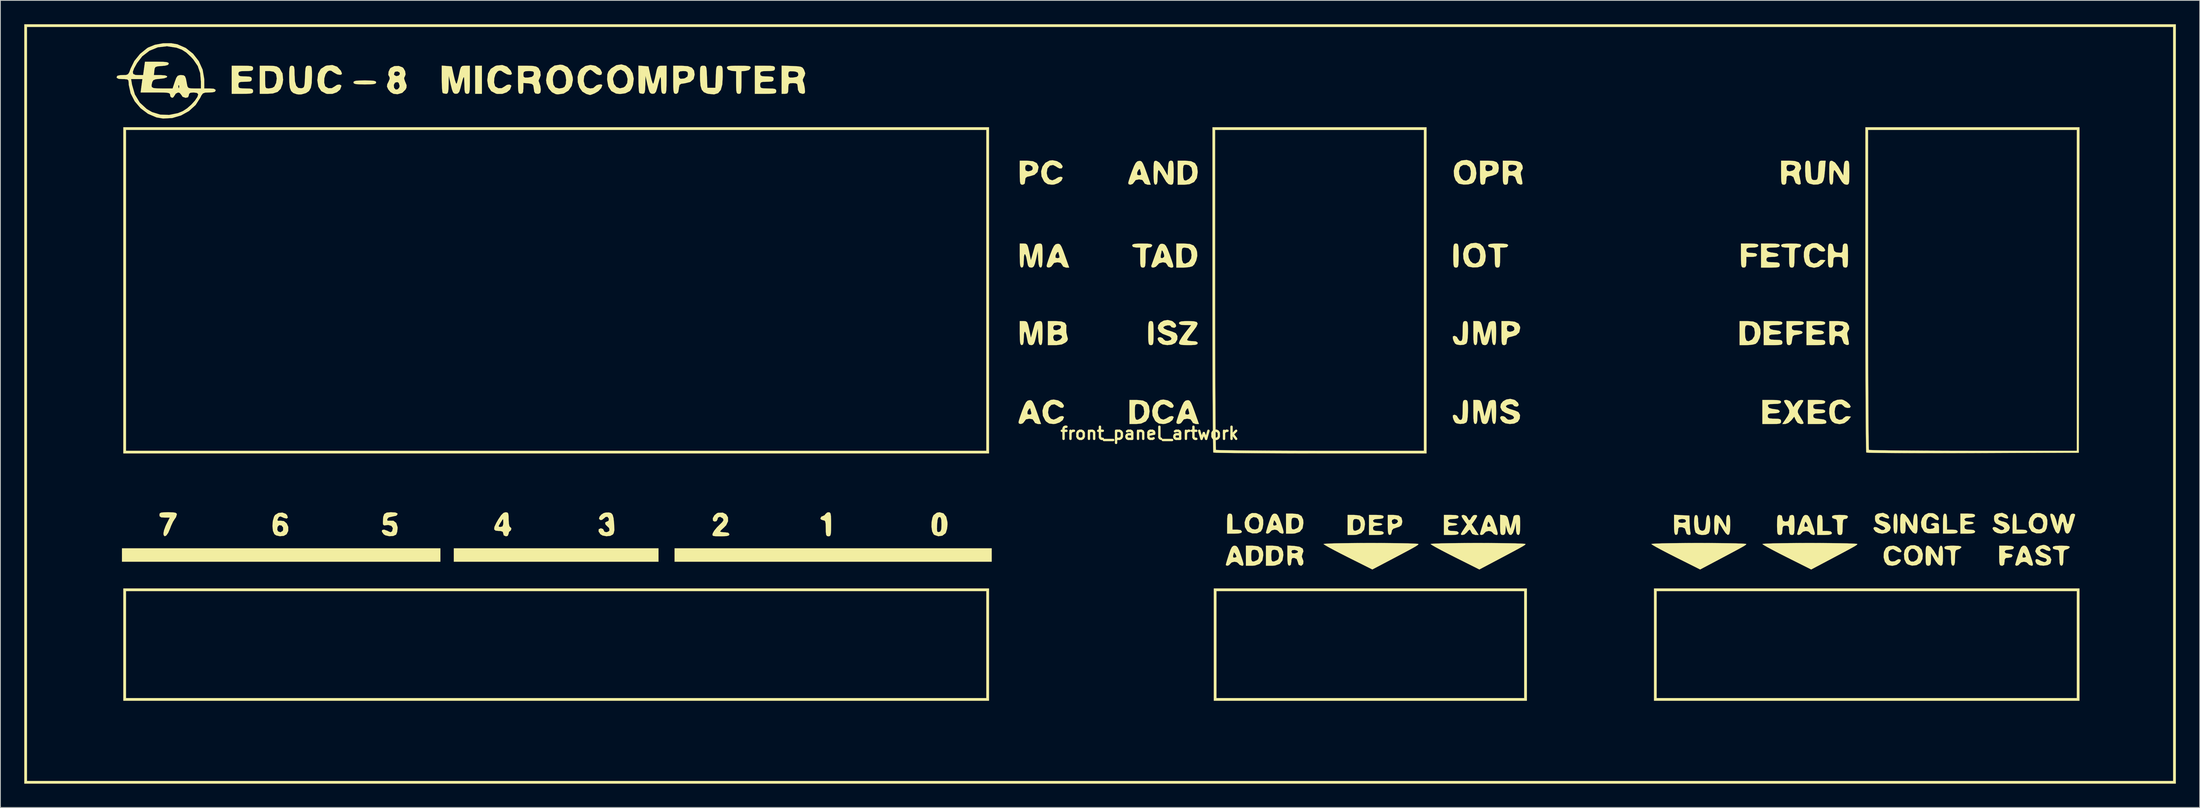
<source format=kicad_pcb>
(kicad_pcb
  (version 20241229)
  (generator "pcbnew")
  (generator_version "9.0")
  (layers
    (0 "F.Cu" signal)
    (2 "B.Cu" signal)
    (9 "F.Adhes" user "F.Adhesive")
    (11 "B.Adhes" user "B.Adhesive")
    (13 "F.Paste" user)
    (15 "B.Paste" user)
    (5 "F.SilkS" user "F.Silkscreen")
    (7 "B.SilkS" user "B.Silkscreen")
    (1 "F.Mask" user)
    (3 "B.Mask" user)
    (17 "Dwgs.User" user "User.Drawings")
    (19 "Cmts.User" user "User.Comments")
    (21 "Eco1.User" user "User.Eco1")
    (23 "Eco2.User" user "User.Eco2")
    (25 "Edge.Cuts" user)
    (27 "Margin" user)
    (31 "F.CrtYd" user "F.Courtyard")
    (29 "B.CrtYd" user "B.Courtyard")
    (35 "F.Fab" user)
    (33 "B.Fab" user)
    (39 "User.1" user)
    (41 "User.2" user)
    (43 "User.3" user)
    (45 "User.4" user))
  (footprint "front_panel_artwork"
    (layer "F.Cu")
    (at 141.471 51.478)
    (property "Reference" "front_panel_artwork" (at 0 0 0) (layer "F.SilkS") (effects (font (size 1.524 1.524) (thickness 0.3))))
    (attr through_hole)
    (fp_poly (pts (xy -89.152 16.148) (xy -129.187 16.148) (xy -129.187 14.466) (xy -89.152 14.466) (xy -89.152 16.148)) (stroke (width 0.01) (type solid)) (fill yes) (layer "F.SilkS"))
    (fp_poly (pts (xy -83.938 -42.726) (xy -84.779 -42.726) (xy -84.779 -46.258) (xy -83.938 -46.258) (xy -83.938 -42.726)) (stroke (width 0.01) (type solid)) (fill yes) (layer "F.SilkS"))
    (fp_poly (pts (xy -61.734 16.148) (xy -87.47 16.148) (xy -87.47 14.466) (xy -61.734 14.466) (xy -61.734 16.148)) (stroke (width 0.01) (type solid)) (fill yes) (layer "F.SilkS"))
    (fp_poly (pts (xy -19.849 16.148) (xy -59.715 16.148) (xy -59.715 14.466) (xy -19.849 14.466) (xy -19.849 16.148)) (stroke (width 0.01) (type solid)) (fill yes) (layer "F.SilkS"))
    (fp_poly (pts (xy -20.185 2.523) (xy -129.019 2.523) (xy -129.019 -38.184) (xy -128.682 -38.184) (xy -128.682 2.187) (xy -20.522 2.187) (xy -20.522 -38.184) (xy -128.682 -38.184) (xy -129.019 -38.184) (xy -129.019 -38.521) (xy -20.185 -38.521) (xy -20.185 2.523)) (stroke (width 0.01) (type solid)) (fill yes) (layer "F.SilkS"))
    (fp_poly (pts (xy -20.185 33.642) (xy -129.019 33.642) (xy -129.019 19.849) (xy -128.682 19.849) (xy -128.682 33.306) (xy -20.522 33.306) (xy -20.522 19.849) (xy -128.682 19.849) (xy -129.019 19.849) (xy -129.019 19.513) (xy -20.185 19.513) (xy -20.185 33.642)) (stroke (width 0.01) (type solid)) (fill yes) (layer "F.SilkS"))
    (fp_poly (pts (xy 47.436 33.642) (xy 8.074 33.642) (xy 8.074 19.849) (xy 8.411 19.849) (xy 8.411 33.306) (xy 47.099 33.306) (xy 47.099 19.849) (xy 8.411 19.849) (xy 8.074 19.849) (xy 8.074 19.513) (xy 47.436 19.513) (xy 47.436 33.642)) (stroke (width 0.01) (type solid)) (fill yes) (layer "F.SilkS"))
    (fp_poly (pts (xy 116.907 33.642) (xy 63.416 33.642) (xy 63.416 19.849) (xy 63.752 19.849) (xy 63.752 33.306) (xy 116.571 33.306) (xy 116.571 19.849) (xy 63.752 19.849) (xy 63.416 19.849) (xy 63.416 19.513) (xy 116.907 19.513) (xy 116.907 33.642)) (stroke (width 0.01) (type solid)) (fill yes) (layer "F.SilkS"))
    (fp_poly (pts (xy 129.019 44.072) (xy -141.466 44.072) (xy -141.466 -51.136) (xy -141.13 -51.136) (xy -141.13 43.735) (xy 128.682 43.735) (xy 128.682 -51.136) (xy -141.13 -51.136) (xy -141.466 -51.136) (xy -141.466 -51.473) (xy 129.019 -51.473) (xy 129.019 44.072)) (stroke (width 0.01) (type solid)) (fill yes) (layer "F.SilkS"))
    (fp_poly (pts (xy -97.941 -44.397) (xy -97.504 -44.358) (xy -97.285 -44.28) (xy -97.226 -44.156) (xy -97.288 -44.029) (xy -97.51 -43.952) (xy -97.952 -43.914) (xy -98.656 -43.903) (xy -99.371 -43.914) (xy -99.809 -43.953) (xy -100.027 -44.031) (xy -100.086 -44.156) (xy -100.025 -44.282) (xy -99.803 -44.359) (xy -99.361 -44.398) (xy -98.656 -44.408) (xy -97.941 -44.397)) (stroke (width 0.01) (type solid)) (fill yes) (layer "F.SilkS"))
    (fp_poly (pts (xy 93.911 10.159) (xy 93.989 10.398) (xy 94.025 10.87) (xy 94.03 11.354) (xy 94.017 12.02) (xy 93.969 12.41) (xy 93.875 12.587) (xy 93.778 12.616) (xy 93.645 12.55) (xy 93.567 12.311) (xy 93.532 11.839) (xy 93.526 11.354) (xy 93.539 10.689) (xy 93.587 10.298) (xy 93.681 10.122) (xy 93.778 10.093) (xy 93.911 10.159)) (stroke (width 0.01) (type solid)) (fill yes) (layer "F.SilkS"))
    (fp_poly (pts (xy 100.148 10.17) (xy 100.227 10.445) (xy 100.254 10.98) (xy 100.254 11.102) (xy 100.254 12.111) (xy 100.927 12.111) (xy 101.395 12.153) (xy 101.588 12.291) (xy 101.6 12.364) (xy 101.517 12.516) (xy 101.225 12.594) (xy 100.675 12.616) (xy 99.75 12.616) (xy 99.75 11.354) (xy 99.763 10.689) (xy 99.811 10.298) (xy 99.905 10.122) (xy 100.002 10.093) (xy 100.148 10.17)) (stroke (width 0.01) (type solid)) (fill yes) (layer "F.SilkS"))
    (fp_poly (pts (xy 108.896 10.17) (xy 108.974 10.445) (xy 109.001 10.98) (xy 109.001 11.102) (xy 109.001 12.111) (xy 109.674 12.111) (xy 110.142 12.153) (xy 110.335 12.291) (xy 110.347 12.364) (xy 110.264 12.516) (xy 109.973 12.594) (xy 109.422 12.616) (xy 108.497 12.616) (xy 108.497 11.354) (xy 108.51 10.689) (xy 108.558 10.298) (xy 108.652 10.122) (xy 108.749 10.093) (xy 108.896 10.17)) (stroke (width 0.01) (type solid)) (fill yes) (layer "F.SilkS"))
    (fp_poly (pts (xy 10.281 10.13) (xy 10.382 10.291) (xy 10.423 10.655) (xy 10.429 11.102) (xy 10.429 12.111) (xy 11.018 12.111) (xy 11.453 12.166) (xy 11.606 12.341) (xy 11.607 12.364) (xy 11.524 12.516) (xy 11.232 12.594) (xy 10.681 12.616) (xy 9.756 12.616) (xy 9.756 11.354) (xy 9.764 10.709) (xy 9.8 10.331) (xy 9.884 10.149) (xy 10.032 10.095) (xy 10.093 10.093) (xy 10.281 10.13)) (stroke (width 0.01) (type solid)) (fill yes) (layer "F.SilkS"))
    (fp_poly (pts (xy 84.462 10.298) (xy 84.564 10.46) (xy 84.604 10.823) (xy 84.611 11.27) (xy 84.611 12.279) (xy 85.199 12.279) (xy 85.635 12.334) (xy 85.787 12.509) (xy 85.788 12.532) (xy 85.705 12.684) (xy 85.414 12.762) (xy 84.863 12.784) (xy 83.938 12.784) (xy 83.938 11.523) (xy 83.946 10.877) (xy 83.982 10.499) (xy 84.065 10.317) (xy 84.214 10.263) (xy 84.274 10.261) (xy 84.462 10.298)) (stroke (width 0.01) (type solid)) (fill yes) (layer "F.SilkS"))
    (fp_poly (pts (xy 0.328 -14.105) (xy 0.427 -13.986) (xy 0.48 -13.71) (xy 0.501 -13.213) (xy 0.505 -12.616) (xy 0.499 -11.897) (xy 0.473 -11.45) (xy 0.411 -11.211) (xy 0.301 -11.117) (xy 0.168 -11.102) (xy 0.008 -11.127) (xy -0.091 -11.246) (xy -0.144 -11.522) (xy -0.165 -12.019) (xy -0.168 -12.616) (xy -0.163 -13.335) (xy -0.136 -13.782) (xy -0.075 -14.021) (xy 0.036 -14.115) (xy 0.168 -14.13) (xy 0.328 -14.105)) (stroke (width 0.01) (type solid)) (fill yes) (layer "F.SilkS"))
    (fp_poly (pts (xy 38.68 -23.861) (xy 38.78 -23.742) (xy 38.833 -23.466) (xy 38.854 -22.969) (xy 38.857 -22.372) (xy 38.851 -21.653) (xy 38.825 -21.206) (xy 38.764 -20.967) (xy 38.653 -20.873) (xy 38.521 -20.858) (xy 38.361 -20.884) (xy 38.261 -21.002) (xy 38.208 -21.278) (xy 38.187 -21.775) (xy 38.184 -22.372) (xy 38.19 -23.091) (xy 38.216 -23.538) (xy 38.277 -23.777) (xy 38.388 -23.871) (xy 38.521 -23.886) (xy 38.68 -23.861)) (stroke (width 0.01) (type solid)) (fill yes) (layer "F.SilkS"))
    (fp_poly (pts (xy -122.782 9.938) (xy -122.447 9.992) (xy -122.308 10.103) (xy -122.29 10.206) (xy -122.397 10.546) (xy -122.568 10.794) (xy -122.779 11.126) (xy -123.016 11.641) (xy -123.145 11.985) (xy -123.372 12.512) (xy -123.609 12.844) (xy -123.815 12.951) (xy -123.947 12.803) (xy -123.972 12.573) (xy -123.897 12.189) (xy -123.707 11.667) (xy -123.575 11.383) (xy -123.177 10.597) (xy -123.827 10.597) (xy -124.258 10.567) (xy -124.444 10.445) (xy -124.477 10.261) (xy -124.443 10.079) (xy -124.291 9.977) (xy -123.947 9.934) (xy -123.383 9.925) (xy -122.782 9.938)) (stroke (width 0.01) (type solid)) (fill yes) (layer "F.SilkS"))
    (fp_poly (pts (xy -40.201 9.954) (xy -40.107 10.086) (xy -40.057 10.383) (xy -40.037 10.909) (xy -40.034 11.438) (xy -40.04 12.158) (xy -40.066 12.605) (xy -40.128 12.843) (xy -40.238 12.938) (xy -40.371 12.952) (xy -40.559 12.915) (xy -40.66 12.754) (xy -40.701 12.39) (xy -40.707 11.943) (xy -40.72 11.379) (xy -40.773 11.075) (xy -40.895 10.952) (xy -41.044 10.934) (xy -41.318 10.829) (xy -41.38 10.681) (xy -41.245 10.46) (xy -41.123 10.429) (xy -40.842 10.293) (xy -40.768 10.177) (xy -40.539 9.964) (xy -40.353 9.925) (xy -40.201 9.954)) (stroke (width 0.01) (type solid)) (fill yes) (layer "F.SilkS"))
    (fp_poly (pts (xy -50.914 -46.252) (xy -50.464 -46.225) (xy -50.23 -46.166) (xy -50.152 -46.062) (xy -50.158 -45.964) (xy -50.37 -45.713) (xy -50.759 -45.617) (xy -51.305 -45.564) (xy -51.305 -44.145) (xy -51.311 -43.453) (xy -51.34 -43.031) (xy -51.409 -42.814) (xy -51.531 -42.734) (xy -51.641 -42.726) (xy -51.805 -42.753) (xy -51.905 -42.877) (xy -51.957 -43.165) (xy -51.975 -43.683) (xy -51.977 -44.145) (xy -51.977 -45.564) (xy -52.523 -45.617) (xy -52.974 -45.749) (xy -53.124 -45.964) (xy -53.117 -46.103) (xy -52.993 -46.19) (xy -52.692 -46.237) (xy -52.154 -46.256) (xy -51.641 -46.258) (xy -50.914 -46.252)) (stroke (width 0.01) (type solid)) (fill yes) (layer "F.SilkS"))
    (fp_poly (pts (xy -0.836 -4.132) (xy -0.342 -3.887) (xy -0.077 -3.436) (xy 0 -2.768) (xy -0.112 -2.023) (xy -0.456 -1.518) (xy -1.043 -1.242) (xy -1.674 -1.177) (xy -2.523 -1.177) (xy -2.523 -2.691) (xy -1.85 -2.691) (xy -1.822 -2.068) (xy -1.713 -1.747) (xy -1.492 -1.698) (xy -1.125 -1.89) (xy -1.047 -1.944) (xy -0.737 -2.34) (xy -0.673 -2.751) (xy -0.776 -3.322) (xy -1.09 -3.633) (xy -1.463 -3.701) (xy -1.678 -3.674) (xy -1.794 -3.543) (xy -1.842 -3.229) (xy -1.85 -2.691) (xy -2.523 -2.691) (xy -2.523 -4.205) (xy -1.598 -4.205) (xy -0.836 -4.132)) (stroke (width 0.01) (type solid)) (fill yes) (layer "F.SilkS"))
    (fp_poly (pts (xy 5.22 -34.242) (xy 5.714 -33.997) (xy 5.979 -33.546) (xy 6.056 -32.878) (xy 5.944 -32.133) (xy 5.6 -31.628) (xy 5.013 -31.352) (xy 4.381 -31.287) (xy 3.532 -31.287) (xy 3.532 -32.801) (xy 4.205 -32.801) (xy 4.234 -32.178) (xy 4.342 -31.857) (xy 4.563 -31.808) (xy 4.93 -32) (xy 5.009 -32.054) (xy 5.319 -32.45) (xy 5.383 -32.861) (xy 5.28 -33.432) (xy 4.966 -33.742) (xy 4.592 -33.811) (xy 4.377 -33.784) (xy 4.261 -33.653) (xy 4.214 -33.339) (xy 4.205 -32.801) (xy 3.532 -32.801) (xy 3.532 -34.315) (xy 4.458 -34.315) (xy 5.22 -34.242)) (stroke (width 0.01) (type solid)) (fill yes) (layer "F.SilkS"))
    (fp_poly (pts (xy 87.383 10.28) (xy 87.698 10.349) (xy 87.805 10.483) (xy 87.807 10.513) (xy 87.666 10.719) (xy 87.47 10.766) (xy 87.282 10.802) (xy 87.181 10.964) (xy 87.14 11.328) (xy 87.134 11.775) (xy 87.121 12.339) (xy 87.068 12.643) (xy 86.946 12.766) (xy 86.797 12.784) (xy 86.609 12.747) (xy 86.508 12.586) (xy 86.467 12.222) (xy 86.461 11.775) (xy 86.449 11.211) (xy 86.395 10.907) (xy 86.274 10.784) (xy 86.125 10.766) (xy 85.851 10.66) (xy 85.788 10.513) (xy 85.866 10.367) (xy 86.14 10.288) (xy 86.676 10.261) (xy 86.797 10.261) (xy 87.383 10.28)) (stroke (width 0.01) (type solid)) (fill yes) (layer "F.SilkS"))
    (fp_poly (pts (xy 108.298 14.152) (xy 108.585 14.232) (xy 108.665 14.382) (xy 108.537 14.569) (xy 108.13 14.634) (xy 108.076 14.634) (xy 107.641 14.689) (xy 107.488 14.864) (xy 107.487 14.887) (xy 107.638 15.087) (xy 107.992 15.139) (xy 108.393 15.214) (xy 108.497 15.391) (xy 108.346 15.592) (xy 107.992 15.644) (xy 107.635 15.685) (xy 107.503 15.882) (xy 107.487 16.148) (xy 107.435 16.518) (xy 107.238 16.648) (xy 107.151 16.653) (xy 106.979 16.623) (xy 106.878 16.487) (xy 106.83 16.176) (xy 106.815 15.618) (xy 106.815 15.391) (xy 106.815 14.13) (xy 107.74 14.13) (xy 108.298 14.152)) (stroke (width 0.01) (type solid)) (fill yes) (layer "F.SilkS"))
    (fp_poly (pts (xy -0.26 -23.873) (xy 0.131 -23.825) (xy 0.308 -23.731) (xy 0.336 -23.634) (xy 0.19 -23.431) (xy -0.084 -23.381) (xy -0.298 -23.366) (xy -0.423 -23.271) (xy -0.484 -23.027) (xy -0.503 -22.563) (xy -0.505 -22.12) (xy -0.513 -21.475) (xy -0.549 -21.096) (xy -0.632 -20.915) (xy -0.781 -20.86) (xy -0.841 -20.858) (xy -1.013 -20.888) (xy -1.114 -21.024) (xy -1.162 -21.336) (xy -1.177 -21.893) (xy -1.177 -22.12) (xy -1.177 -23.381) (xy -1.682 -23.381) (xy -2.083 -23.457) (xy -2.187 -23.634) (xy -2.121 -23.767) (xy -1.882 -23.845) (xy -1.409 -23.88) (xy -0.925 -23.886) (xy -0.26 -23.873)) (stroke (width 0.01) (type solid)) (fill yes) (layer "F.SilkS"))
    (fp_poly (pts (xy 13.633 14.202) (xy 14.06 14.444) (xy 14.264 14.895) (xy 14.298 15.319) (xy 14.185 15.988) (xy 13.837 16.421) (xy 13.242 16.629) (xy 12.868 16.653) (xy 12.111 16.653) (xy 12.111 15.403) (xy 12.784 15.403) (xy 12.801 15.872) (xy 12.879 16.087) (xy 13.058 16.128) (xy 13.145 16.118) (xy 13.517 15.957) (xy 13.675 15.796) (xy 13.763 15.438) (xy 13.731 15.081) (xy 13.552 14.733) (xy 13.204 14.634) (xy 13.201 14.634) (xy 12.945 14.666) (xy 12.823 14.819) (xy 12.786 15.184) (xy 12.784 15.403) (xy 12.111 15.403) (xy 12.111 14.13) (xy 12.94 14.13) (xy 13.633 14.202)) (stroke (width 0.01) (type solid)) (fill yes) (layer "F.SilkS"))
    (fp_poly (pts (xy 16.156 14.202) (xy 16.583 14.444) (xy 16.787 14.895) (xy 16.821 15.319) (xy 16.708 15.988) (xy 16.36 16.421) (xy 15.766 16.629) (xy 15.391 16.653) (xy 14.634 16.653) (xy 14.634 15.403) (xy 15.307 15.403) (xy 15.324 15.872) (xy 15.402 16.087) (xy 15.582 16.128) (xy 15.669 16.118) (xy 16.04 15.957) (xy 16.198 15.796) (xy 16.286 15.438) (xy 16.254 15.081) (xy 16.075 14.733) (xy 15.727 14.634) (xy 15.725 14.634) (xy 15.468 14.666) (xy 15.346 14.819) (xy 15.309 15.184) (xy 15.307 15.403) (xy 14.634 15.403) (xy 14.634 14.13) (xy 15.463 14.13) (xy 16.156 14.202)) (stroke (width 0.01) (type solid)) (fill yes) (layer "F.SilkS"))
    (fp_poly (pts (xy 18.679 10.165) (xy 19.106 10.407) (xy 19.31 10.858) (xy 19.344 11.282) (xy 19.231 11.951) (xy 18.883 12.384) (xy 18.289 12.592) (xy 17.915 12.616) (xy 17.158 12.616) (xy 17.158 11.366) (xy 17.83 11.366) (xy 17.847 11.835) (xy 17.925 12.05) (xy 18.105 12.091) (xy 18.192 12.081) (xy 18.563 11.92) (xy 18.721 11.759) (xy 18.809 11.4) (xy 18.777 11.044) (xy 18.599 10.696) (xy 18.25 10.597) (xy 18.248 10.597) (xy 17.992 10.629) (xy 17.869 10.782) (xy 17.832 11.147) (xy 17.83 11.366) (xy 17.158 11.366) (xy 17.158 10.093) (xy 17.987 10.093) (xy 18.679 10.165)) (stroke (width 0.01) (type solid)) (fill yes) (layer "F.SilkS"))
    (fp_poly (pts (xy 26.417 10.333) (xy 26.844 10.575) (xy 27.048 11.026) (xy 27.082 11.45) (xy 26.969 12.119) (xy 26.621 12.552) (xy 26.027 12.76) (xy 25.652 12.784) (xy 24.895 12.784) (xy 24.895 11.534) (xy 25.568 11.534) (xy 25.585 12.003) (xy 25.663 12.218) (xy 25.843 12.259) (xy 25.93 12.249) (xy 26.301 12.088) (xy 26.459 11.927) (xy 26.547 11.569) (xy 26.515 11.212) (xy 26.336 10.865) (xy 25.988 10.766) (xy 25.986 10.766) (xy 25.729 10.797) (xy 25.607 10.95) (xy 25.57 11.315) (xy 25.568 11.534) (xy 24.895 11.534) (xy 24.895 10.261) (xy 25.724 10.261) (xy 26.417 10.333)) (stroke (width 0.01) (type solid)) (fill yes) (layer "F.SilkS"))
    (fp_poly (pts (xy 44.485 -23.873) (xy 44.875 -23.825) (xy 45.052 -23.731) (xy 45.081 -23.634) (xy 44.93 -23.433) (xy 44.576 -23.381) (xy 44.072 -23.381) (xy 44.072 -22.12) (xy 44.064 -21.475) (xy 44.027 -21.096) (xy 43.944 -20.915) (xy 43.796 -20.86) (xy 43.735 -20.858) (xy 43.563 -20.888) (xy 43.462 -21.024) (xy 43.414 -21.336) (xy 43.399 -21.893) (xy 43.399 -22.12) (xy 43.393 -22.762) (xy 43.362 -23.138) (xy 43.281 -23.319) (xy 43.126 -23.377) (xy 42.978 -23.381) (xy 42.64 -23.469) (xy 42.558 -23.634) (xy 42.624 -23.767) (xy 42.863 -23.845) (xy 43.335 -23.88) (xy 43.819 -23.886) (xy 44.485 -23.873)) (stroke (width 0.01) (type solid)) (fill yes) (layer "F.SilkS"))
    (fp_poly (pts (xy 81.323 -23.873) (xy 81.714 -23.825) (xy 81.89 -23.731) (xy 81.919 -23.634) (xy 81.773 -23.431) (xy 81.499 -23.381) (xy 81.285 -23.366) (xy 81.159 -23.271) (xy 81.099 -23.027) (xy 81.08 -22.563) (xy 81.078 -22.12) (xy 81.07 -21.475) (xy 81.034 -21.096) (xy 80.951 -20.915) (xy 80.802 -20.86) (xy 80.742 -20.858) (xy 80.57 -20.888) (xy 80.469 -21.024) (xy 80.42 -21.336) (xy 80.406 -21.893) (xy 80.405 -22.12) (xy 80.405 -23.381) (xy 79.901 -23.381) (xy 79.5 -23.457) (xy 79.396 -23.634) (xy 79.462 -23.767) (xy 79.701 -23.845) (xy 80.173 -23.88) (xy 80.658 -23.886) (xy 81.323 -23.873)) (stroke (width 0.01) (type solid)) (fill yes) (layer "F.SilkS"))
    (fp_poly (pts (xy 101.652 14.149) (xy 101.985 14.212) (xy 102.067 14.327) (xy 102.063 14.34) (xy 101.859 14.531) (xy 101.629 14.604) (xy 101.424 14.669) (xy 101.314 14.843) (xy 101.27 15.207) (xy 101.264 15.655) (xy 101.244 16.238) (xy 101.174 16.548) (xy 101.037 16.652) (xy 101.011 16.653) (xy 100.865 16.575) (xy 100.786 16.301) (xy 100.759 15.765) (xy 100.759 15.644) (xy 100.75 15.084) (xy 100.701 14.782) (xy 100.58 14.659) (xy 100.353 14.634) (xy 100.338 14.634) (xy 100 14.547) (xy 99.918 14.382) (xy 99.99 14.241) (xy 100.249 14.163) (xy 100.757 14.132) (xy 101.025 14.13) (xy 101.652 14.149)) (stroke (width 0.01) (type solid)) (fill yes) (layer "F.SilkS"))
    (fp_poly (pts (xy 115.277 14.149) (xy 115.61 14.212) (xy 115.692 14.327) (xy 115.689 14.34) (xy 115.485 14.531) (xy 115.254 14.604) (xy 115.049 14.669) (xy 114.939 14.843) (xy 114.895 15.207) (xy 114.889 15.655) (xy 114.869 16.238) (xy 114.799 16.548) (xy 114.663 16.652) (xy 114.636 16.653) (xy 114.49 16.575) (xy 114.411 16.301) (xy 114.385 15.765) (xy 114.384 15.644) (xy 114.375 15.084) (xy 114.327 14.782) (xy 114.205 14.659) (xy 113.978 14.634) (xy 113.964 14.634) (xy 113.625 14.547) (xy 113.543 14.382) (xy 113.615 14.241) (xy 113.874 14.163) (xy 114.382 14.132) (xy 114.65 14.13) (xy 115.277 14.149)) (stroke (width 0.01) (type solid)) (fill yes) (layer "F.SilkS"))
    (fp_poly (pts (xy 29.219 13.797) (xy 30.485 13.807) (xy 31.602 13.822) (xy 32.53 13.842) (xy 33.233 13.866) (xy 33.671 13.893) (xy 33.809 13.92) (xy 33.785 13.98) (xy 33.691 14.066) (xy 33.494 14.197) (xy 33.158 14.392) (xy 32.649 14.672) (xy 31.933 15.055) (xy 30.976 15.562) (xy 30.194 15.974) (xy 28.007 17.125) (xy 24.937 15.587) (xy 24.012 15.118) (xy 23.198 14.693) (xy 22.541 14.339) (xy 22.085 14.078) (xy 21.876 13.936) (xy 21.868 13.922) (xy 22.029 13.892) (xy 22.49 13.865) (xy 23.211 13.841) (xy 24.156 13.821) (xy 25.285 13.806) (xy 26.562 13.796) (xy 27.839 13.793) (xy 29.219 13.797)) (stroke (width 0.01) (type solid)) (fill yes) (layer "F.SilkS"))
    (fp_poly (pts (xy 31.309 10.341) (xy 31.666 10.595) (xy 31.774 11.047) (xy 31.762 11.218) (xy 31.663 11.554) (xy 31.4 11.748) (xy 31.077 11.847) (xy 30.648 11.997) (xy 30.469 12.209) (xy 30.446 12.393) (xy 30.353 12.709) (xy 30.194 12.784) (xy 30.061 12.718) (xy 29.983 12.479) (xy 29.948 12.007) (xy 29.942 11.523) (xy 29.942 11.102) (xy 30.446 11.102) (xy 30.554 11.384) (xy 30.846 11.407) (xy 31.099 11.286) (xy 31.241 11.072) (xy 31.121 10.865) (xy 30.799 10.766) (xy 30.773 10.766) (xy 30.499 10.889) (xy 30.446 11.102) (xy 29.942 11.102) (xy 29.942 10.261) (xy 30.678 10.261) (xy 31.309 10.341)) (stroke (width 0.01) (type solid)) (fill yes) (layer "F.SilkS"))
    (fp_poly (pts (xy 39.867 -14.101) (xy 39.968 -13.969) (xy 40.018 -13.666) (xy 40.034 -13.122) (xy 40.034 -12.818) (xy 40.008 -12.079) (xy 39.934 -11.549) (xy 39.833 -11.304) (xy 39.501 -11.15) (xy 39.039 -11.109) (xy 38.606 -11.181) (xy 38.397 -11.312) (xy 38.224 -11.643) (xy 38.14 -11.901) (xy 38.132 -12.196) (xy 38.343 -12.279) (xy 38.348 -12.279) (xy 38.63 -12.138) (xy 38.737 -11.943) (xy 38.922 -11.669) (xy 39.094 -11.607) (xy 39.233 -11.662) (xy 39.316 -11.871) (xy 39.354 -12.299) (xy 39.362 -12.868) (xy 39.37 -13.513) (xy 39.406 -13.892) (xy 39.489 -14.073) (xy 39.637 -14.128) (xy 39.698 -14.13) (xy 39.867 -14.101)) (stroke (width 0.01) (type solid)) (fill yes) (layer "F.SilkS"))
    (fp_poly (pts (xy 39.867 -4.177) (xy 39.968 -4.045) (xy 40.018 -3.741) (xy 40.034 -3.198) (xy 40.034 -2.893) (xy 40.008 -2.155) (xy 39.934 -1.625) (xy 39.833 -1.379) (xy 39.501 -1.225) (xy 39.039 -1.185) (xy 38.606 -1.257) (xy 38.397 -1.388) (xy 38.224 -1.718) (xy 38.14 -1.976) (xy 38.132 -2.271) (xy 38.343 -2.355) (xy 38.348 -2.355) (xy 38.63 -2.214) (xy 38.737 -2.019) (xy 38.922 -1.745) (xy 39.094 -1.682) (xy 39.233 -1.738) (xy 39.316 -1.947) (xy 39.354 -2.374) (xy 39.362 -2.944) (xy 39.37 -3.589) (xy 39.406 -3.967) (xy 39.489 -4.149) (xy 39.637 -4.203) (xy 39.698 -4.205) (xy 39.867 -4.177)) (stroke (width 0.01) (type solid)) (fill yes) (layer "F.SilkS"))
    (fp_poly (pts (xy 5.074 -23.829) (xy 5.548 -23.63) (xy 5.842 -23.241) (xy 5.974 -22.844) (xy 5.997 -22.317) (xy 5.864 -21.742) (xy 5.622 -21.257) (xy 5.38 -21.025) (xy 5.033 -20.927) (xy 4.504 -20.867) (xy 4.216 -20.858) (xy 3.364 -20.858) (xy 3.364 -22.484) (xy 4.037 -22.484) (xy 4.081 -21.802) (xy 4.223 -21.429) (xy 4.484 -21.347) (xy 4.882 -21.537) (xy 4.964 -21.596) (xy 5.225 -21.994) (xy 5.282 -22.448) (xy 5.189 -22.998) (xy 4.887 -23.297) (xy 4.416 -23.379) (xy 4.196 -23.349) (xy 4.083 -23.2) (xy 4.042 -22.85) (xy 4.037 -22.484) (xy 3.364 -22.484) (xy 3.364 -23.886) (xy 4.347 -23.886) (xy 5.074 -23.829)) (stroke (width 0.01) (type solid)) (fill yes) (layer "F.SilkS"))
    (fp_poly (pts (xy 42.676 13.797) (xy 43.942 13.807) (xy 45.059 13.822) (xy 45.987 13.842) (xy 46.69 13.866) (xy 47.128 13.893) (xy 47.266 13.92) (xy 47.252 13.968) (xy 47.188 14.034) (xy 47.04 14.136) (xy 46.773 14.293) (xy 46.356 14.525) (xy 45.752 14.851) (xy 44.929 15.29) (xy 43.852 15.862) (xy 43.483 16.057) (xy 41.464 17.126) (xy 38.394 15.588) (xy 37.469 15.118) (xy 36.655 14.694) (xy 35.998 14.339) (xy 35.542 14.078) (xy 35.333 13.936) (xy 35.325 13.922) (xy 35.486 13.892) (xy 35.947 13.865) (xy 36.668 13.841) (xy 37.613 13.821) (xy 38.742 13.806) (xy 40.019 13.796) (xy 41.296 13.793) (xy 42.676 13.797)) (stroke (width 0.01) (type solid)) (fill yes) (layer "F.SilkS"))
    (fp_poly (pts (xy 70.431 13.797) (xy 71.697 13.807) (xy 72.814 13.822) (xy 73.742 13.842) (xy 74.444 13.866) (xy 74.883 13.893) (xy 75.021 13.92) (xy 75.007 13.968) (xy 74.943 14.034) (xy 74.795 14.136) (xy 74.528 14.293) (xy 74.111 14.525) (xy 73.507 14.851) (xy 72.684 15.29) (xy 71.607 15.862) (xy 71.238 16.057) (xy 69.219 17.126) (xy 66.149 15.588) (xy 65.224 15.118) (xy 64.41 14.694) (xy 63.753 14.339) (xy 63.297 14.078) (xy 63.088 13.936) (xy 63.079 13.922) (xy 63.241 13.892) (xy 63.702 13.865) (xy 64.423 13.841) (xy 65.368 13.821) (xy 66.497 13.806) (xy 67.774 13.796) (xy 69.051 13.793) (xy 70.431 13.797)) (stroke (width 0.01) (type solid)) (fill yes) (layer "F.SilkS"))
    (fp_poly (pts (xy 75.891 -14.073) (xy 76.366 -13.873) (xy 76.659 -13.485) (xy 76.792 -13.087) (xy 76.814 -12.56) (xy 76.682 -11.986) (xy 76.44 -11.501) (xy 76.198 -11.269) (xy 75.85 -11.171) (xy 75.322 -11.111) (xy 75.034 -11.102) (xy 74.181 -11.102) (xy 74.181 -12.728) (xy 74.854 -12.728) (xy 74.898 -12.046) (xy 75.041 -11.673) (xy 75.302 -11.59) (xy 75.699 -11.781) (xy 75.781 -11.839) (xy 76.042 -12.237) (xy 76.099 -12.692) (xy 76.006 -13.242) (xy 75.705 -13.54) (xy 75.233 -13.623) (xy 75.013 -13.593) (xy 74.9 -13.444) (xy 74.859 -13.094) (xy 74.854 -12.728) (xy 74.181 -12.728) (xy 74.181 -14.13) (xy 75.165 -14.13) (xy 75.891 -14.073)) (stroke (width 0.01) (type solid)) (fill yes) (layer "F.SilkS"))
    (fp_poly (pts (xy 84.392 13.797) (xy 85.659 13.807) (xy 86.775 13.822) (xy 87.704 13.842) (xy 88.406 13.866) (xy 88.845 13.893) (xy 88.983 13.92) (xy 88.968 13.968) (xy 88.904 14.034) (xy 88.756 14.136) (xy 88.49 14.293) (xy 88.072 14.525) (xy 87.469 14.851) (xy 86.645 15.29) (xy 85.568 15.862) (xy 85.199 16.057) (xy 83.181 17.126) (xy 80.111 15.588) (xy 79.185 15.118) (xy 78.371 14.694) (xy 77.714 14.339) (xy 77.259 14.078) (xy 77.05 13.936) (xy 77.041 13.922) (xy 77.203 13.892) (xy 77.664 13.865) (xy 78.385 13.841) (xy 79.329 13.821) (xy 80.459 13.806) (xy 81.736 13.796) (xy 83.013 13.793) (xy 84.392 13.797)) (stroke (width 0.01) (type solid)) (fill yes) (layer "F.SilkS"))
    (fp_poly (pts (xy 96.693 14.246) (xy 97.048 14.615) (xy 97.214 15.199) (xy 97.164 15.808) (xy 96.911 16.295) (xy 96.89 16.317) (xy 96.423 16.584) (xy 95.86 16.644) (xy 95.343 16.495) (xy 95.139 16.333) (xy 94.896 15.844) (xy 94.872 15.56) (xy 95.389 15.56) (xy 95.478 15.882) (xy 95.712 16.122) (xy 96.058 16.141) (xy 96.393 15.96) (xy 96.562 15.705) (xy 96.636 15.251) (xy 96.47 14.864) (xy 96.143 14.545) (xy 95.821 14.507) (xy 95.554 14.698) (xy 95.393 15.066) (xy 95.389 15.56) (xy 94.872 15.56) (xy 94.842 15.2) (xy 94.937 14.694) (xy 95.215 14.301) (xy 95.67 14.093) (xy 96.198 14.073) (xy 96.693 14.246)) (stroke (width 0.01) (type solid)) (fill yes) (layer "F.SilkS"))
    (fp_poly (pts (xy 13.389 10.03) (xy 13.9 10.242) (xy 14.169 10.496) (xy 14.291 10.897) (xy 14.293 11.438) (xy 14.192 11.967) (xy 14.001 12.328) (xy 13.99 12.338) (xy 13.507 12.573) (xy 12.928 12.586) (xy 12.405 12.384) (xy 12.279 12.279) (xy 11.992 11.784) (xy 11.972 11.524) (xy 12.522 11.524) (xy 12.612 11.768) (xy 12.89 12.026) (xy 13.26 12.105) (xy 13.583 11.995) (xy 13.691 11.845) (xy 13.795 11.281) (xy 13.674 10.816) (xy 13.446 10.592) (xy 13.055 10.529) (xy 12.731 10.719) (xy 12.534 11.079) (xy 12.522 11.524) (xy 11.972 11.524) (xy 11.948 11.204) (xy 12.122 10.644) (xy 12.487 10.208) (xy 12.868 10.024) (xy 13.389 10.03)) (stroke (width 0.01) (type solid)) (fill yes) (layer "F.SilkS"))
    (fp_poly (pts (xy 72.885 10.327) (xy 72.963 10.566) (xy 72.998 11.038) (xy 73.004 11.523) (xy 72.972 12.268) (xy 72.872 12.687) (xy 72.693 12.783) (xy 72.428 12.561) (xy 72.067 12.024) (xy 72.044 11.985) (xy 71.574 11.186) (xy 71.523 11.985) (xy 71.449 12.522) (xy 71.309 12.763) (xy 71.229 12.784) (xy 71.099 12.71) (xy 71.023 12.45) (xy 70.99 11.945) (xy 70.985 11.523) (xy 70.995 10.874) (xy 71.034 10.493) (xy 71.119 10.312) (xy 71.267 10.261) (xy 71.294 10.261) (xy 71.58 10.415) (xy 71.92 10.847) (xy 72.046 11.06) (xy 72.491 11.859) (xy 72.495 11.06) (xy 72.528 10.545) (xy 72.633 10.302) (xy 72.752 10.261) (xy 72.885 10.327)) (stroke (width 0.01) (type solid)) (fill yes) (layer "F.SilkS"))
    (fp_poly (pts (xy 76.056 -23.869) (xy 76.397 -23.809) (xy 76.528 -23.691) (xy 76.536 -23.634) (xy 76.437 -23.467) (xy 76.101 -23.392) (xy 75.779 -23.381) (xy 75.306 -23.359) (xy 75.083 -23.268) (xy 75.023 -23.069) (xy 75.023 -23.045) (xy 75.079 -22.825) (xy 75.307 -22.728) (xy 75.695 -22.709) (xy 76.163 -22.667) (xy 76.356 -22.529) (xy 76.368 -22.456) (xy 76.257 -22.281) (xy 75.889 -22.209) (xy 75.695 -22.204) (xy 75.023 -22.204) (xy 75.023 -21.531) (xy 74.994 -21.091) (xy 74.88 -20.896) (xy 74.686 -20.858) (xy 74.526 -20.884) (xy 74.427 -21.002) (xy 74.374 -21.278) (xy 74.353 -21.775) (xy 74.35 -22.372) (xy 74.35 -23.886) (xy 75.443 -23.886) (xy 76.056 -23.869)) (stroke (width 0.01) (type solid)) (fill yes) (layer "F.SilkS"))
    (fp_poly (pts (xy 111.961 10.03) (xy 112.472 10.242) (xy 112.741 10.496) (xy 112.863 10.897) (xy 112.865 11.438) (xy 112.764 11.967) (xy 112.573 12.328) (xy 112.563 12.338) (xy 112.08 12.573) (xy 111.5 12.586) (xy 110.977 12.384) (xy 110.852 12.279) (xy 110.564 11.784) (xy 110.544 11.524) (xy 111.094 11.524) (xy 111.185 11.768) (xy 111.462 12.026) (xy 111.832 12.105) (xy 112.155 11.995) (xy 112.263 11.845) (xy 112.367 11.281) (xy 112.246 10.816) (xy 112.018 10.592) (xy 111.627 10.529) (xy 111.303 10.719) (xy 111.106 11.079) (xy 111.094 11.524) (xy 110.544 11.524) (xy 110.521 11.204) (xy 110.695 10.644) (xy 111.059 10.208) (xy 111.44 10.024) (xy 111.961 10.03)) (stroke (width 0.01) (type solid)) (fill yes) (layer "F.SilkS"))
    (fp_poly (pts (xy -110.129 -46.236) (xy -109.718 -46.154) (xy -109.441 -45.987) (xy -109.363 -45.91) (xy -109.004 -45.283) (xy -108.927 -44.482) (xy -109.004 -43.977) (xy -109.233 -43.355) (xy -109.619 -42.964) (xy -110.217 -42.768) (xy -110.87 -42.726) (xy -111.861 -42.726) (xy -111.861 -45.585) (xy -111.188 -45.585) (xy -111.188 -44.492) (xy -111.182 -43.905) (xy -111.143 -43.578) (xy -111.036 -43.435) (xy -110.827 -43.4) (xy -110.704 -43.399) (xy -110.286 -43.472) (xy -110.032 -43.625) (xy -109.809 -44.085) (xy -109.724 -44.659) (xy -109.801 -45.164) (xy -109.831 -45.228) (xy -110.107 -45.502) (xy -110.589 -45.585) (xy -110.605 -45.585) (xy -111.188 -45.585) (xy -111.861 -45.585) (xy -111.861 -46.258) (xy -110.774 -46.258) (xy -110.129 -46.236)) (stroke (width 0.01) (type solid)) (fill yes) (layer "F.SilkS"))
    (fp_poly (pts (xy 29.07 10.284) (xy 29.357 10.363) (xy 29.437 10.513) (xy 29.326 10.689) (xy 28.958 10.761) (xy 28.764 10.766) (xy 28.296 10.807) (xy 28.104 10.945) (xy 28.091 11.018) (xy 28.219 11.204) (xy 28.627 11.27) (xy 28.68 11.27) (xy 29.069 11.312) (xy 29.264 11.416) (xy 29.269 11.438) (xy 29.121 11.55) (xy 28.757 11.605) (xy 28.68 11.607) (xy 28.274 11.644) (xy 28.111 11.791) (xy 28.091 11.943) (xy 28.148 12.163) (xy 28.376 12.26) (xy 28.764 12.279) (xy 29.232 12.321) (xy 29.425 12.459) (xy 29.437 12.532) (xy 29.354 12.684) (xy 29.063 12.762) (xy 28.512 12.784) (xy 27.587 12.784) (xy 27.587 10.261) (xy 28.512 10.261) (xy 29.07 10.284)) (stroke (width 0.01) (type solid)) (fill yes) (layer "F.SilkS"))
    (fp_poly (pts (xy 38.49 10.284) (xy 38.777 10.363) (xy 38.857 10.513) (xy 38.746 10.689) (xy 38.378 10.761) (xy 38.184 10.766) (xy 37.716 10.807) (xy 37.523 10.945) (xy 37.511 11.018) (xy 37.639 11.204) (xy 38.046 11.27) (xy 38.1 11.27) (xy 38.489 11.312) (xy 38.684 11.416) (xy 38.689 11.438) (xy 38.541 11.55) (xy 38.177 11.605) (xy 38.1 11.607) (xy 37.694 11.644) (xy 37.531 11.791) (xy 37.511 11.943) (xy 37.568 12.163) (xy 37.796 12.26) (xy 38.184 12.279) (xy 38.652 12.321) (xy 38.845 12.459) (xy 38.857 12.532) (xy 38.774 12.684) (xy 38.482 12.762) (xy 37.932 12.784) (xy 37.007 12.784) (xy 37.007 10.261) (xy 37.932 10.261) (xy 38.49 10.284)) (stroke (width 0.01) (type solid)) (fill yes) (layer "F.SilkS"))
    (fp_poly (pts (xy 70.369 10.411) (xy 70.454 10.791) (xy 70.489 11.301) (xy 70.474 11.837) (xy 70.405 12.297) (xy 70.282 12.579) (xy 70.279 12.582) (xy 69.922 12.754) (xy 69.437 12.789) (xy 68.967 12.698) (xy 68.656 12.49) (xy 68.636 12.459) (xy 68.538 12.111) (xy 68.475 11.572) (xy 68.462 11.197) (xy 68.484 10.635) (xy 68.562 10.345) (xy 68.713 10.261) (xy 68.715 10.261) (xy 68.877 10.356) (xy 68.955 10.682) (xy 68.969 11.06) (xy 69.019 11.745) (xy 69.173 12.136) (xy 69.447 12.264) (xy 69.576 12.252) (xy 69.764 12.155) (xy 69.873 11.902) (xy 69.931 11.413) (xy 69.942 11.227) (xy 70 10.638) (xy 70.103 10.334) (xy 70.237 10.261) (xy 70.369 10.411)) (stroke (width 0.01) (type solid)) (fill yes) (layer "F.SilkS"))
    (fp_poly (pts (xy 81.776 -14.113) (xy 82.116 -14.053) (xy 82.248 -13.935) (xy 82.256 -13.877) (xy 82.157 -13.711) (xy 81.82 -13.635) (xy 81.499 -13.625) (xy 81.026 -13.603) (xy 80.802 -13.512) (xy 80.742 -13.313) (xy 80.742 -13.289) (xy 80.798 -13.069) (xy 81.026 -12.971) (xy 81.415 -12.952) (xy 81.91 -12.887) (xy 82.11 -12.734) (xy 82.012 -12.561) (xy 81.609 -12.433) (xy 81.457 -12.416) (xy 81.04 -12.354) (xy 80.851 -12.192) (xy 80.781 -11.819) (xy 80.774 -11.733) (xy 80.698 -11.301) (xy 80.535 -11.122) (xy 80.395 -11.102) (xy 80.24 -11.13) (xy 80.143 -11.255) (xy 80.092 -11.543) (xy 80.072 -12.056) (xy 80.069 -12.616) (xy 80.069 -14.13) (xy 81.162 -14.13) (xy 81.776 -14.113)) (stroke (width 0.01) (type solid)) (fill yes) (layer "F.SilkS"))
    (fp_poly (pts (xy 103.42 10.115) (xy 103.707 10.195) (xy 103.787 10.345) (xy 103.676 10.52) (xy 103.307 10.593) (xy 103.114 10.597) (xy 102.646 10.639) (xy 102.453 10.777) (xy 102.441 10.85) (xy 102.569 11.036) (xy 102.976 11.102) (xy 103.03 11.102) (xy 103.419 11.144) (xy 103.613 11.248) (xy 103.619 11.27) (xy 103.471 11.381) (xy 103.107 11.437) (xy 103.03 11.438) (xy 102.624 11.476) (xy 102.46 11.623) (xy 102.441 11.775) (xy 102.497 11.995) (xy 102.726 12.092) (xy 103.114 12.111) (xy 103.582 12.153) (xy 103.775 12.291) (xy 103.787 12.364) (xy 103.704 12.516) (xy 103.412 12.594) (xy 102.862 12.616) (xy 101.936 12.616) (xy 101.936 10.093) (xy 102.862 10.093) (xy 103.42 10.115)) (stroke (width 0.01) (type solid)) (fill yes) (layer "F.SilkS"))
    (fp_poly (pts (xy -53.871 -46.244) (xy -53.748 -46.156) (xy -53.686 -45.926) (xy -53.663 -45.488) (xy -53.66 -44.866) (xy -53.717 -43.891) (xy -53.904 -43.212) (xy -54.243 -42.806) (xy -54.754 -42.649) (xy -55.46 -42.72) (xy -55.652 -42.766) (xy -56.036 -42.932) (xy -56.292 -43.232) (xy -56.443 -43.72) (xy -56.51 -44.454) (xy -56.519 -45.008) (xy -56.514 -45.646) (xy -56.481 -46.019) (xy -56.399 -46.198) (xy -56.242 -46.254) (xy -56.105 -46.258) (xy -55.902 -46.242) (xy -55.776 -46.148) (xy -55.705 -45.91) (xy -55.667 -45.458) (xy -55.643 -44.871) (xy -55.594 -43.483) (xy -54.585 -43.483) (xy -54.536 -44.871) (xy -54.507 -45.551) (xy -54.465 -45.962) (xy -54.386 -46.172) (xy -54.249 -46.248) (xy -54.073 -46.258) (xy -53.871 -46.244)) (stroke (width 0.01) (type solid)) (fill yes) (layer "F.SilkS"))
    (fp_poly (pts (xy -14.644 -34.237) (xy -14.17 -33.996) (xy -13.97 -33.586) (xy -13.962 -33.451) (xy -14.086 -32.892) (xy -14.471 -32.534) (xy -14.969 -32.381) (xy -15.403 -32.281) (xy -15.597 -32.123) (xy -15.643 -31.821) (xy -15.644 -31.777) (xy -15.7 -31.415) (xy -15.908 -31.291) (xy -15.98 -31.287) (xy -16.14 -31.313) (xy -16.239 -31.431) (xy -16.292 -31.707) (xy -16.313 -32.204) (xy -16.317 -32.801) (xy -16.317 -33.39) (xy -15.644 -33.39) (xy -15.575 -33.071) (xy -15.305 -32.972) (xy -15.218 -32.97) (xy -14.856 -33.065) (xy -14.689 -33.239) (xy -14.72 -33.538) (xy -15.008 -33.749) (xy -15.349 -33.808) (xy -15.587 -33.685) (xy -15.644 -33.39) (xy -16.317 -33.39) (xy -16.317 -34.315) (xy -15.403 -34.315) (xy -14.644 -34.237)) (stroke (width 0.01) (type solid)) (fill yes) (layer "F.SilkS"))
    (fp_poly (pts (xy 41.138 10.292) (xy 41.181 10.428) (xy 41.016 10.731) (xy 40.858 10.958) (xy 40.505 11.454) (xy 40.945 12.119) (xy 41.385 12.784) (xy 40.973 12.784) (xy 40.587 12.656) (xy 40.455 12.448) (xy 40.321 12.176) (xy 40.232 12.111) (xy 40.063 12.237) (xy 39.905 12.448) (xy 39.606 12.715) (xy 39.358 12.784) (xy 39.168 12.764) (xy 39.14 12.656) (xy 39.286 12.388) (xy 39.46 12.119) (xy 39.9 11.454) (xy 39.547 10.958) (xy 39.278 10.551) (xy 39.22 10.342) (xy 39.371 10.267) (xy 39.518 10.261) (xy 39.827 10.402) (xy 39.95 10.597) (xy 40.097 10.869) (xy 40.203 10.934) (xy 40.364 10.795) (xy 40.455 10.597) (xy 40.678 10.324) (xy 40.887 10.261) (xy 41.138 10.292)) (stroke (width 0.01) (type solid)) (fill yes) (layer "F.SilkS"))
    (fp_poly (pts (xy 43.219 -34.273) (xy 43.642 -34.122) (xy 43.851 -33.822) (xy 43.903 -33.377) (xy 43.835 -32.909) (xy 43.585 -32.613) (xy 43.089 -32.427) (xy 42.852 -32.377) (xy 42.435 -32.267) (xy 42.257 -32.086) (xy 42.221 -31.773) (xy 42.164 -31.412) (xy 41.953 -31.29) (xy 41.885 -31.287) (xy 41.725 -31.313) (xy 41.626 -31.431) (xy 41.573 -31.707) (xy 41.552 -32.204) (xy 41.548 -32.801) (xy 41.548 -33.39) (xy 42.221 -33.39) (xy 42.268 -33.075) (xy 42.479 -32.986) (xy 42.684 -33) (xy 43.045 -33.123) (xy 43.146 -33.39) (xy 43.035 -33.665) (xy 42.684 -33.78) (xy 42.349 -33.773) (xy 42.231 -33.585) (xy 42.221 -33.39) (xy 41.548 -33.39) (xy 41.548 -34.315) (xy 42.524 -34.315) (xy 43.219 -34.273)) (stroke (width 0.01) (type solid)) (fill yes) (layer "F.SilkS"))
    (fp_poly (pts (xy 45.913 -14.051) (xy 46.386 -13.811) (xy 46.586 -13.4) (xy 46.595 -13.266) (xy 46.47 -12.707) (xy 46.085 -12.348) (xy 45.588 -12.196) (xy 45.153 -12.096) (xy 44.96 -11.937) (xy 44.913 -11.636) (xy 44.913 -11.592) (xy 44.856 -11.229) (xy 44.648 -11.105) (xy 44.576 -11.102) (xy 44.416 -11.127) (xy 44.317 -11.246) (xy 44.264 -11.522) (xy 44.243 -12.019) (xy 44.24 -12.616) (xy 44.24 -13.205) (xy 44.913 -13.205) (xy 44.981 -12.886) (xy 45.252 -12.786) (xy 45.338 -12.784) (xy 45.701 -12.88) (xy 45.868 -13.053) (xy 45.836 -13.353) (xy 45.548 -13.564) (xy 45.207 -13.623) (xy 44.969 -13.5) (xy 44.913 -13.205) (xy 44.24 -13.205) (xy 44.24 -14.13) (xy 45.153 -14.13) (xy 45.913 -14.051)) (stroke (width 0.01) (type solid)) (fill yes) (layer "F.SilkS"))
    (fp_poly (pts (xy 66.906 10.295) (xy 67.874 10.345) (xy 67.894 11.303) (xy 67.922 11.878) (xy 67.973 12.34) (xy 68.015 12.523) (xy 67.996 12.738) (xy 67.795 12.784) (xy 67.528 12.66) (xy 67.422 12.322) (xy 67.302 11.961) (xy 66.983 11.816) (xy 66.906 11.806) (xy 66.582 11.807) (xy 66.46 11.979) (xy 66.444 12.268) (xy 66.372 12.674) (xy 66.191 12.784) (xy 66.059 12.718) (xy 65.981 12.48) (xy 65.945 12.01) (xy 65.939 11.514) (xy 65.939 11.018) (xy 66.444 11.018) (xy 66.594 11.218) (xy 66.948 11.27) (xy 67.349 11.195) (xy 67.453 11.018) (xy 67.303 10.818) (xy 66.948 10.766) (xy 66.548 10.841) (xy 66.444 11.018) (xy 65.939 11.018) (xy 65.939 10.244) (xy 66.906 10.295)) (stroke (width 0.01) (type solid)) (fill yes) (layer "F.SilkS"))
    (fp_poly (pts (xy -25.903 10.071) (xy -25.566 10.495) (xy -25.409 11.178) (xy -25.4 11.438) (xy -25.457 11.996) (xy -25.6 12.469) (xy -25.662 12.578) (xy -26.05 12.873) (xy -26.556 12.946) (xy -27.034 12.787) (xy -27.154 12.688) (xy -27.332 12.323) (xy -27.373 12.044) (xy -26.73 12.044) (xy -26.695 12.33) (xy -26.588 12.426) (xy -26.46 12.417) (xy -26.281 12.322) (xy -26.188 12.07) (xy -26.158 11.581) (xy -26.157 11.436) (xy -26.18 10.879) (xy -26.26 10.592) (xy -26.409 10.513) (xy -26.565 10.606) (xy -26.66 10.921) (xy -26.712 11.494) (xy -26.73 12.044) (xy -27.373 12.044) (xy -27.414 11.764) (xy -27.399 11.14) (xy -27.289 10.58) (xy -27.157 10.298) (xy -26.742 9.981) (xy -26.409 9.925) (xy -25.903 10.071)) (stroke (width 0.01) (type solid)) (fill yes) (layer "F.SilkS"))
    (fp_poly (pts (xy -11.654 -34.255) (xy -11.204 -33.999) (xy -10.955 -33.662) (xy -10.934 -33.532) (xy -11.053 -33.339) (xy -11.334 -33.334) (xy -11.664 -33.512) (xy -11.724 -33.567) (xy -12.123 -33.774) (xy -12.527 -33.694) (xy -12.821 -33.352) (xy -12.847 -33.288) (xy -12.933 -32.738) (xy -12.824 -32.272) (xy -12.572 -31.951) (xy -12.228 -31.835) (xy -11.844 -31.985) (xy -11.792 -32.029) (xy -11.46 -32.232) (xy -11.139 -32.292) (xy -10.948 -32.195) (xy -10.934 -32.128) (xy -11.085 -31.786) (xy -11.469 -31.493) (xy -11.984 -31.314) (xy -12.267 -31.287) (xy -12.795 -31.354) (xy -13.163 -31.598) (xy -13.277 -31.731) (xy -13.58 -32.333) (xy -13.631 -32.97) (xy -13.46 -33.566) (xy -13.099 -34.042) (xy -12.579 -34.323) (xy -12.206 -34.366) (xy -11.654 -34.255)) (stroke (width 0.01) (type solid)) (fill yes) (layer "F.SilkS"))
    (fp_poly (pts (xy -11.486 -4.145) (xy -11.036 -3.889) (xy -10.787 -3.552) (xy -10.766 -3.422) (xy -10.885 -3.23) (xy -11.166 -3.225) (xy -11.496 -3.402) (xy -11.555 -3.457) (xy -11.955 -3.665) (xy -12.358 -3.584) (xy -12.653 -3.242) (xy -12.679 -3.178) (xy -12.764 -2.628) (xy -12.656 -2.162) (xy -12.404 -1.841) (xy -12.06 -1.725) (xy -11.676 -1.875) (xy -11.623 -1.919) (xy -11.292 -2.122) (xy -10.971 -2.182) (xy -10.78 -2.085) (xy -10.766 -2.019) (xy -10.916 -1.676) (xy -11.301 -1.383) (xy -11.816 -1.204) (xy -12.099 -1.177) (xy -12.627 -1.244) (xy -12.995 -1.488) (xy -13.108 -1.621) (xy -13.412 -2.223) (xy -13.463 -2.861) (xy -13.292 -3.456) (xy -12.931 -3.932) (xy -12.411 -4.213) (xy -12.038 -4.256) (xy -11.486 -4.145)) (stroke (width 0.01) (type solid)) (fill yes) (layer "F.SilkS"))
    (fp_poly (pts (xy 2.307 -4.145) (xy 2.758 -3.889) (xy 3.007 -3.552) (xy 3.028 -3.422) (xy 2.909 -3.23) (xy 2.628 -3.225) (xy 2.298 -3.402) (xy 2.238 -3.457) (xy 1.838 -3.665) (xy 1.435 -3.584) (xy 1.14 -3.242) (xy 1.115 -3.178) (xy 1.029 -2.628) (xy 1.138 -2.162) (xy 1.39 -1.841) (xy 1.733 -1.725) (xy 2.118 -1.875) (xy 2.17 -1.919) (xy 2.502 -2.122) (xy 2.823 -2.182) (xy 3.014 -2.085) (xy 3.028 -2.019) (xy 2.877 -1.676) (xy 2.493 -1.383) (xy 1.978 -1.204) (xy 1.694 -1.177) (xy 1.167 -1.244) (xy 0.799 -1.488) (xy 0.685 -1.621) (xy 0.382 -2.223) (xy 0.331 -2.861) (xy 0.501 -3.456) (xy 0.862 -3.932) (xy 1.382 -4.213) (xy 1.755 -4.256) (xy 2.307 -4.145)) (stroke (width 0.01) (type solid)) (fill yes) (layer "F.SilkS"))
    (fp_poly (pts (xy 93.918 14.231) (xy 94.296 14.475) (xy 94.518 14.767) (xy 94.535 14.858) (xy 94.412 14.969) (xy 94.131 14.935) (xy 93.828 14.782) (xy 93.754 14.719) (xy 93.462 14.557) (xy 93.168 14.646) (xy 92.938 14.863) (xy 92.875 15.24) (xy 92.886 15.444) (xy 92.963 15.874) (xy 93.143 16.071) (xy 93.339 16.121) (xy 93.696 16.091) (xy 93.863 15.978) (xy 94.113 15.834) (xy 94.265 15.837) (xy 94.446 15.908) (xy 94.414 16.069) (xy 94.278 16.275) (xy 93.907 16.548) (xy 93.387 16.662) (xy 92.878 16.591) (xy 92.737 16.521) (xy 92.441 16.157) (xy 92.289 15.613) (xy 92.312 15.023) (xy 92.351 14.877) (xy 92.577 14.422) (xy 92.929 14.193) (xy 93.504 14.13) (xy 93.514 14.13) (xy 93.918 14.231)) (stroke (width 0.01) (type solid)) (fill yes) (layer "F.SilkS"))
    (fp_poly (pts (xy 5.556 -14.106) (xy 5.94 -14.007) (xy 6.045 -13.793) (xy 5.884 -13.423) (xy 5.473 -12.859) (xy 5.383 -12.744) (xy 5.035 -12.286) (xy 4.792 -11.925) (xy 4.71 -11.753) (xy 4.859 -11.661) (xy 5.232 -11.61) (xy 5.383 -11.607) (xy 5.851 -11.565) (xy 6.043 -11.427) (xy 6.056 -11.354) (xy 5.986 -11.217) (xy 5.737 -11.139) (xy 5.247 -11.106) (xy 4.878 -11.102) (xy 4.251 -11.114) (xy 3.891 -11.161) (xy 3.731 -11.259) (xy 3.701 -11.386) (xy 3.8 -11.651) (xy 4.061 -12.085) (xy 4.43 -12.597) (xy 4.469 -12.647) (xy 5.237 -13.625) (xy 4.469 -13.625) (xy 3.966 -13.657) (xy 3.734 -13.767) (xy 3.701 -13.877) (xy 3.77 -14.015) (xy 4.019 -14.093) (xy 4.51 -14.126) (xy 4.878 -14.13) (xy 5.556 -14.106)) (stroke (width 0.01) (type solid)) (fill yes) (layer "F.SilkS"))
    (fp_poly (pts (xy 18.192 14.163) (xy 18.867 14.275) (xy 19.256 14.506) (xy 19.343 14.843) (xy 19.232 15.111) (xy 19.133 15.494) (xy 19.189 15.659) (xy 19.341 16.07) (xy 19.309 16.434) (xy 19.11 16.639) (xy 19.019 16.653) (xy 18.749 16.533) (xy 18.641 16.19) (xy 18.501 15.81) (xy 18.209 15.674) (xy 17.942 15.687) (xy 17.842 15.893) (xy 17.83 16.137) (xy 17.759 16.542) (xy 17.578 16.653) (xy 17.445 16.587) (xy 17.367 16.349) (xy 17.332 15.879) (xy 17.326 15.383) (xy 17.326 14.887) (xy 17.83 14.887) (xy 17.938 15.089) (xy 18.256 15.108) (xy 18.575 15.011) (xy 18.682 14.887) (xy 18.537 14.743) (xy 18.256 14.665) (xy 17.922 14.693) (xy 17.83 14.887) (xy 17.326 14.887) (xy 17.326 14.112) (xy 18.192 14.163)) (stroke (width 0.01) (type solid)) (fill yes) (layer "F.SilkS"))
    (fp_poly (pts (xy 40.371 -34.273) (xy 40.759 -33.908) (xy 41 -33.362) (xy 41.086 -32.735) (xy 41.013 -32.13) (xy 40.773 -31.648) (xy 40.543 -31.458) (xy 40.068 -31.324) (xy 39.479 -31.305) (xy 38.961 -31.4) (xy 38.837 -31.457) (xy 38.479 -31.842) (xy 38.28 -32.413) (xy 38.252 -32.994) (xy 38.891 -32.994) (xy 38.947 -32.517) (xy 39.151 -32.115) (xy 39.452 -31.852) (xy 39.802 -31.788) (xy 40.151 -31.985) (xy 40.193 -32.033) (xy 40.365 -32.445) (xy 40.394 -32.975) (xy 40.278 -33.443) (xy 40.207 -33.552) (xy 39.846 -33.775) (xy 39.419 -33.774) (xy 39.078 -33.558) (xy 39.031 -33.485) (xy 38.891 -32.994) (xy 38.252 -32.994) (xy 38.249 -33.053) (xy 38.392 -33.65) (xy 38.661 -34.038) (xy 39.205 -34.334) (xy 39.847 -34.41) (xy 40.371 -34.273)) (stroke (width 0.01) (type solid)) (fill yes) (layer "F.SilkS"))
    (fp_poly (pts (xy 41.548 -23.844) (xy 41.937 -23.479) (xy 42.177 -22.933) (xy 42.264 -22.306) (xy 42.19 -21.701) (xy 41.951 -21.219) (xy 41.72 -21.028) (xy 41.245 -20.895) (xy 40.656 -20.875) (xy 40.139 -20.971) (xy 40.014 -21.028) (xy 39.656 -21.413) (xy 39.458 -21.983) (xy 39.429 -22.565) (xy 40.068 -22.565) (xy 40.124 -22.088) (xy 40.328 -21.686) (xy 40.63 -21.422) (xy 40.98 -21.358) (xy 41.328 -21.556) (xy 41.37 -21.604) (xy 41.543 -22.016) (xy 41.571 -22.546) (xy 41.455 -23.014) (xy 41.385 -23.123) (xy 41.023 -23.346) (xy 40.597 -23.345) (xy 40.256 -23.129) (xy 40.209 -23.056) (xy 40.068 -22.565) (xy 39.429 -22.565) (xy 39.426 -22.624) (xy 39.57 -23.22) (xy 39.838 -23.609) (xy 40.382 -23.905) (xy 41.024 -23.981) (xy 41.548 -23.844)) (stroke (width 0.01) (type solid)) (fill yes) (layer "F.SilkS"))
    (fp_poly (pts (xy 96.44 10.167) (xy 96.516 10.427) (xy 96.549 10.932) (xy 96.554 11.354) (xy 96.544 12.003) (xy 96.506 12.383) (xy 96.42 12.565) (xy 96.272 12.615) (xy 96.246 12.616) (xy 95.959 12.462) (xy 95.619 12.03) (xy 95.493 11.817) (xy 95.048 11.018) (xy 95.044 11.817) (xy 95.021 12.306) (xy 94.937 12.544) (xy 94.754 12.614) (xy 94.703 12.616) (xy 94.531 12.586) (xy 94.43 12.45) (xy 94.382 12.139) (xy 94.367 11.581) (xy 94.367 11.354) (xy 94.375 10.709) (xy 94.412 10.33) (xy 94.495 10.148) (xy 94.644 10.094) (xy 94.696 10.093) (xy 95.016 10.254) (xy 95.393 10.725) (xy 95.495 10.892) (xy 95.965 11.691) (xy 96.016 10.892) (xy 96.09 10.355) (xy 96.23 10.114) (xy 96.311 10.093) (xy 96.44 10.167)) (stroke (width 0.01) (type solid)) (fill yes) (layer "F.SilkS"))
    (fp_poly (pts (xy 99.636 14.204) (xy 99.712 14.464) (xy 99.745 14.969) (xy 99.75 15.391) (xy 99.74 16.04) (xy 99.702 16.42) (xy 99.616 16.602) (xy 99.468 16.652) (xy 99.442 16.653) (xy 99.155 16.499) (xy 98.815 16.067) (xy 98.689 15.854) (xy 98.244 15.055) (xy 98.24 15.854) (xy 98.217 16.343) (xy 98.133 16.581) (xy 97.95 16.652) (xy 97.899 16.653) (xy 97.727 16.623) (xy 97.626 16.487) (xy 97.578 16.176) (xy 97.563 15.618) (xy 97.563 15.391) (xy 97.571 14.746) (xy 97.608 14.367) (xy 97.691 14.185) (xy 97.84 14.131) (xy 97.892 14.13) (xy 98.212 14.291) (xy 98.589 14.762) (xy 98.691 14.929) (xy 99.161 15.728) (xy 99.212 14.929) (xy 99.286 14.392) (xy 99.426 14.151) (xy 99.507 14.13) (xy 99.636 14.204)) (stroke (width 0.01) (type solid)) (fill yes) (layer "F.SilkS"))
    (fp_poly (pts (xy -73.756 -46.353) (xy -73.167 -46.083) (xy -72.745 -45.556) (xy -72.524 -44.826) (xy -72.5 -44.453) (xy -72.648 -43.713) (xy -73.053 -43.131) (xy -73.652 -42.759) (xy -74.382 -42.65) (xy -74.638 -42.68) (xy -75.125 -42.922) (xy -75.538 -43.395) (xy -75.804 -43.997) (xy -75.864 -44.429) (xy -75.853 -44.5) (xy -75.023 -44.5) (xy -74.949 -43.88) (xy -74.709 -43.528) (xy -74.269 -43.401) (xy -74.181 -43.399) (xy -73.771 -43.472) (xy -73.542 -43.601) (xy -73.386 -43.949) (xy -73.346 -44.465) (xy -73.415 -45.001) (xy -73.589 -45.41) (xy -73.619 -45.446) (xy -74.026 -45.719) (xy -74.426 -45.697) (xy -74.762 -45.422) (xy -74.976 -44.93) (xy -75.023 -44.5) (xy -75.853 -44.5) (xy -75.735 -45.261) (xy -75.372 -45.887) (xy -74.812 -46.275) (xy -74.09 -46.391) (xy -73.756 -46.353)) (stroke (width 0.01) (type solid)) (fill yes) (layer "F.SilkS"))
    (fp_poly (pts (xy 82.167 -4.18) (xy 82.178 -4.042) (xy 82.048 -3.827) (xy 81.702 -3.288) (xy 81.519 -2.937) (xy 81.487 -2.677) (xy 81.593 -2.409) (xy 81.814 -2.052) (xy 82.108 -1.574) (xy 82.222 -1.312) (xy 82.162 -1.202) (xy 81.929 -1.178) (xy 81.862 -1.177) (xy 81.471 -1.327) (xy 81.258 -1.64) (xy 81.047 -2.103) (xy 80.678 -1.64) (xy 80.309 -1.313) (xy 79.932 -1.178) (xy 79.925 -1.177) (xy 79.541 -1.177) (xy 79.865 -1.64) (xy 80.237 -2.197) (xy 80.418 -2.583) (xy 80.423 -2.893) (xy 80.268 -3.224) (xy 80.145 -3.413) (xy 79.855 -3.858) (xy 79.761 -4.095) (xy 79.861 -4.189) (xy 80.126 -4.205) (xy 80.519 -4.054) (xy 80.728 -3.747) (xy 80.937 -3.289) (xy 81.215 -3.747) (xy 81.582 -4.121) (xy 81.893 -4.205) (xy 82.167 -4.18)) (stroke (width 0.01) (type solid)) (fill yes) (layer "F.SilkS"))
    (fp_poly (pts (xy 84.002 -23.894) (xy 84.424 -23.662) (xy 84.775 -23.352) (xy 84.944 -23.066) (xy 84.947 -23.033) (xy 84.817 -22.899) (xy 84.525 -22.883) (xy 84.217 -22.969) (xy 84.045 -23.129) (xy 83.813 -23.341) (xy 83.453 -23.356) (xy 83.13 -23.18) (xy 82.994 -22.885) (xy 82.929 -22.431) (xy 82.928 -22.372) (xy 82.981 -21.911) (xy 83.111 -21.587) (xy 83.13 -21.565) (xy 83.499 -21.378) (xy 83.877 -21.44) (xy 84.071 -21.63) (xy 84.349 -21.827) (xy 84.601 -21.841) (xy 84.981 -21.783) (xy 84.615 -21.321) (xy 84.141 -20.964) (xy 83.545 -20.839) (xy 82.952 -20.954) (xy 82.592 -21.195) (xy 82.37 -21.605) (xy 82.258 -22.195) (xy 82.266 -22.823) (xy 82.406 -23.348) (xy 82.42 -23.375) (xy 82.756 -23.699) (xy 83.268 -23.905) (xy 83.803 -23.942) (xy 84.002 -23.894)) (stroke (width 0.01) (type solid)) (fill yes) (layer "F.SilkS"))
    (fp_poly (pts (xy 87.198 -4.213) (xy 87.62 -3.981) (xy 87.971 -3.671) (xy 88.14 -3.385) (xy 88.143 -3.352) (xy 88.013 -3.218) (xy 87.721 -3.202) (xy 87.413 -3.289) (xy 87.241 -3.448) (xy 87.009 -3.661) (xy 86.649 -3.675) (xy 86.326 -3.499) (xy 86.19 -3.204) (xy 86.125 -2.75) (xy 86.125 -2.691) (xy 86.178 -2.23) (xy 86.307 -1.906) (xy 86.326 -1.884) (xy 86.695 -1.697) (xy 87.073 -1.759) (xy 87.267 -1.95) (xy 87.545 -2.147) (xy 87.797 -2.16) (xy 88.177 -2.103) (xy 87.811 -1.64) (xy 87.337 -1.283) (xy 86.741 -1.158) (xy 86.148 -1.273) (xy 85.788 -1.514) (xy 85.566 -1.924) (xy 85.454 -2.514) (xy 85.462 -3.142) (xy 85.602 -3.667) (xy 85.616 -3.694) (xy 85.952 -4.018) (xy 86.464 -4.224) (xy 86.999 -4.261) (xy 87.198 -4.213)) (stroke (width 0.01) (type solid)) (fill yes) (layer "F.SilkS"))
    (fp_poly (pts (xy -102.128 -46.128) (xy -101.683 -45.646) (xy -101.651 -45.585) (xy -101.528 -45.279) (xy -101.61 -45.149) (xy -101.773 -45.111) (xy -102.13 -45.173) (xy -102.536 -45.396) (xy -102.552 -45.408) (xy -102.889 -45.633) (xy -103.137 -45.643) (xy -103.351 -45.527) (xy -103.599 -45.195) (xy -103.745 -44.682) (xy -103.769 -44.135) (xy -103.651 -43.7) (xy -103.608 -43.639) (xy -103.246 -43.431) (xy -102.798 -43.438) (xy -102.441 -43.651) (xy -102.161 -43.845) (xy -101.848 -43.895) (xy -101.634 -43.796) (xy -101.605 -43.693) (xy -101.768 -43.256) (xy -102.174 -42.918) (xy -102.731 -42.721) (xy -103.35 -42.71) (xy -103.53 -42.748) (xy -104.128 -43.062) (xy -104.492 -43.614) (xy -104.624 -44.408) (xy -104.624 -44.456) (xy -104.52 -45.274) (xy -104.19 -45.854) (xy -103.618 -46.221) (xy -103.454 -46.277) (xy -102.74 -46.347) (xy -102.128 -46.128)) (stroke (width 0.01) (type solid)) (fill yes) (layer "F.SilkS"))
    (fp_poly (pts (xy -80.765 -46.128) (xy -80.32 -45.646) (xy -80.288 -45.585) (xy -80.165 -45.279) (xy -80.247 -45.149) (xy -80.41 -45.111) (xy -80.767 -45.173) (xy -81.174 -45.396) (xy -81.189 -45.408) (xy -81.526 -45.633) (xy -81.774 -45.643) (xy -81.988 -45.527) (xy -82.236 -45.195) (xy -82.382 -44.682) (xy -82.406 -44.135) (xy -82.288 -43.7) (xy -82.245 -43.639) (xy -81.883 -43.431) (xy -81.435 -43.438) (xy -81.078 -43.651) (xy -80.798 -43.845) (xy -80.485 -43.895) (xy -80.271 -43.796) (xy -80.242 -43.693) (xy -80.405 -43.256) (xy -80.811 -42.918) (xy -81.368 -42.721) (xy -81.987 -42.71) (xy -82.167 -42.748) (xy -82.766 -43.062) (xy -83.129 -43.614) (xy -83.261 -44.408) (xy -83.261 -44.456) (xy -83.158 -45.274) (xy -82.827 -45.854) (xy -82.255 -46.221) (xy -82.091 -46.277) (xy -81.377 -46.347) (xy -80.765 -46.128)) (stroke (width 0.01) (type solid)) (fill yes) (layer "F.SilkS"))
    (fp_poly (pts (xy -58.036 -46.199) (xy -57.532 -46.004) (xy -57.265 -45.643) (xy -57.192 -45.136) (xy -57.33 -44.579) (xy -57.744 -44.214) (xy -58.43 -44.044) (xy -58.454 -44.042) (xy -58.887 -43.985) (xy -59.089 -43.841) (xy -59.165 -43.512) (xy -59.179 -43.357) (xy -59.254 -42.925) (xy -59.418 -42.746) (xy -59.557 -42.726) (xy -59.703 -42.75) (xy -59.797 -42.863) (xy -59.852 -43.124) (xy -59.877 -43.591) (xy -59.883 -44.325) (xy -59.883 -44.492) (xy -59.883 -45.193) (xy -59.211 -45.193) (xy -59.16 -44.776) (xy -58.963 -44.609) (xy -58.55 -44.647) (xy -58.412 -44.682) (xy -58.098 -44.899) (xy -58.033 -45.185) (xy -58.081 -45.456) (xy -58.289 -45.568) (xy -58.622 -45.585) (xy -59.022 -45.552) (xy -59.185 -45.41) (xy -59.211 -45.193) (xy -59.883 -45.193) (xy -59.883 -46.258) (xy -58.816 -46.258) (xy -58.036 -46.199)) (stroke (width 0.01) (type solid)) (fill yes) (layer "F.SilkS"))
    (fp_poly (pts (xy -14.928 -4.167) (xy -14.766 -4.064) (xy -14.605 -3.805) (xy -14.408 -3.333) (xy -14.178 -2.699) (xy -13.638 -1.177) (xy -14.033 -1.177) (xy -14.398 -1.307) (xy -14.515 -1.514) (xy -14.701 -1.774) (xy -15.112 -1.85) (xy -15.539 -1.765) (xy -15.728 -1.514) (xy -15.909 -1.283) (xy -16.18 -1.181) (xy -16.41 -1.229) (xy -16.476 -1.388) (xy -16.417 -1.637) (xy -16.267 -2.109) (xy -16.062 -2.694) (xy -15.355 -2.694) (xy -15.35 -2.425) (xy -15.105 -2.355) (xy -14.86 -2.43) (xy -14.869 -2.621) (xy -14.96 -2.948) (xy -14.971 -3.051) (xy -15.037 -3.164) (xy -15.181 -3.053) (xy -15.324 -2.794) (xy -15.355 -2.694) (xy -16.062 -2.694) (xy -16.056 -2.712) (xy -16.002 -2.86) (xy -15.747 -3.51) (xy -15.543 -3.902) (xy -15.347 -4.101) (xy -15.127 -4.17) (xy -14.928 -4.167)) (stroke (width 0.01) (type solid)) (fill yes) (layer "F.SilkS"))
    (fp_poly (pts (xy -11.395 -23.848) (xy -11.233 -23.745) (xy -11.072 -23.486) (xy -10.876 -23.014) (xy -10.645 -22.379) (xy -10.106 -20.858) (xy -10.5 -20.858) (xy -10.866 -20.987) (xy -10.983 -21.195) (xy -11.168 -21.455) (xy -11.58 -21.531) (xy -12.006 -21.446) (xy -12.195 -21.195) (xy -12.376 -20.964) (xy -12.648 -20.861) (xy -12.878 -20.91) (xy -12.944 -21.069) (xy -12.884 -21.318) (xy -12.734 -21.79) (xy -12.53 -22.375) (xy -11.823 -22.375) (xy -11.817 -22.106) (xy -11.573 -22.036) (xy -11.328 -22.111) (xy -11.336 -22.302) (xy -11.427 -22.629) (xy -11.438 -22.732) (xy -11.504 -22.844) (xy -11.648 -22.734) (xy -11.791 -22.475) (xy -11.823 -22.375) (xy -12.53 -22.375) (xy -12.524 -22.393) (xy -12.47 -22.54) (xy -12.214 -23.19) (xy -12.01 -23.583) (xy -11.814 -23.782) (xy -11.595 -23.851) (xy -11.395 -23.848)) (stroke (width 0.01) (type solid)) (fill yes) (layer "F.SilkS"))
    (fp_poly (pts (xy -1.134 -34.277) (xy -0.972 -34.174) (xy -0.811 -33.915) (xy -0.615 -33.443) (xy -0.385 -32.808) (xy 0.155 -31.287) (xy -0.239 -31.287) (xy -0.605 -31.417) (xy -0.722 -31.624) (xy -0.907 -31.884) (xy -1.319 -31.96) (xy -1.746 -31.875) (xy -1.934 -31.624) (xy -2.115 -31.393) (xy -2.387 -31.29) (xy -2.617 -31.339) (xy -2.683 -31.498) (xy -2.623 -31.747) (xy -2.473 -32.219) (xy -2.269 -32.804) (xy -1.562 -32.804) (xy -1.556 -32.535) (xy -1.312 -32.465) (xy -1.067 -32.54) (xy -1.075 -32.731) (xy -1.166 -33.058) (xy -1.177 -33.161) (xy -1.243 -33.274) (xy -1.387 -33.163) (xy -1.53 -32.904) (xy -1.562 -32.804) (xy -2.269 -32.804) (xy -2.263 -32.822) (xy -2.209 -32.97) (xy -1.953 -33.62) (xy -1.749 -34.012) (xy -1.554 -34.211) (xy -1.334 -34.28) (xy -1.134 -34.277)) (stroke (width 0.01) (type solid)) (fill yes) (layer "F.SilkS"))
    (fp_poly (pts (xy 4.921 -4.167) (xy 5.083 -4.064) (xy 5.244 -3.805) (xy 5.441 -3.333) (xy 5.671 -2.699) (xy 6.211 -1.177) (xy 5.816 -1.177) (xy 5.451 -1.307) (xy 5.334 -1.514) (xy 5.148 -1.774) (xy 4.737 -1.85) (xy 4.31 -1.765) (xy 4.121 -1.514) (xy 3.94 -1.283) (xy 3.669 -1.181) (xy 3.439 -1.229) (xy 3.373 -1.388) (xy 3.432 -1.637) (xy 3.582 -2.109) (xy 3.787 -2.694) (xy 4.494 -2.694) (xy 4.499 -2.425) (xy 4.744 -2.355) (xy 4.989 -2.43) (xy 4.98 -2.621) (xy 4.889 -2.948) (xy 4.878 -3.051) (xy 4.812 -3.164) (xy 4.668 -3.053) (xy 4.525 -2.794) (xy 4.494 -2.694) (xy 3.787 -2.694) (xy 3.793 -2.712) (xy 3.847 -2.86) (xy 4.102 -3.51) (xy 4.306 -3.902) (xy 4.502 -4.101) (xy 4.722 -4.17) (xy 4.921 -4.167)) (stroke (width 0.01) (type solid)) (fill yes) (layer "F.SilkS"))
    (fp_poly (pts (xy 84.897 -33.017) (xy 84.818 -32.27) (xy 84.705 -31.797) (xy 84.543 -31.535) (xy 84.505 -31.503) (xy 84.044 -31.323) (xy 83.478 -31.298) (xy 82.958 -31.422) (xy 82.702 -31.595) (xy 82.537 -31.896) (xy 82.449 -32.39) (xy 82.424 -33.109) (xy 82.433 -33.738) (xy 82.473 -34.101) (xy 82.563 -34.27) (xy 82.722 -34.315) (xy 82.753 -34.315) (xy 82.926 -34.279) (xy 83.031 -34.123) (xy 83.091 -33.779) (xy 83.128 -33.174) (xy 83.131 -33.096) (xy 83.163 -32.467) (xy 83.214 -32.103) (xy 83.311 -31.931) (xy 83.481 -31.879) (xy 83.601 -31.876) (xy 83.819 -31.895) (xy 83.949 -31.998) (xy 84.019 -32.259) (xy 84.056 -32.748) (xy 84.071 -33.096) (xy 84.103 -33.724) (xy 84.152 -34.088) (xy 84.249 -34.26) (xy 84.422 -34.312) (xy 84.558 -34.315) (xy 84.996 -34.315) (xy 84.897 -33.017)) (stroke (width 0.01) (type solid)) (fill yes) (layer "F.SilkS"))
    (fp_poly (pts (xy -65.811 -46.26) (xy -65.327 -45.879) (xy -64.99 -45.318) (xy -64.849 -44.615) (xy -64.944 -43.844) (xy -65.116 -43.398) (xy -65.32 -43.089) (xy -65.337 -43.073) (xy -65.893 -42.794) (xy -66.581 -42.697) (xy -67.074 -42.758) (xy -67.665 -43.072) (xy -68.037 -43.639) (xy -68.187 -44.455) (xy -68.189 -44.547) (xy -67.453 -44.547) (xy -67.334 -43.967) (xy -67.024 -43.575) (xy -66.597 -43.414) (xy -66.124 -43.523) (xy -65.91 -43.677) (xy -65.665 -44.086) (xy -65.623 -44.598) (xy -65.754 -45.113) (xy -66.028 -45.528) (xy -66.414 -45.743) (xy -66.528 -45.754) (xy -66.913 -45.605) (xy -67.243 -45.231) (xy -67.434 -44.744) (xy -67.453 -44.547) (xy -68.189 -44.547) (xy -68.191 -44.618) (xy -68.16 -45.168) (xy -68.029 -45.534) (xy -67.735 -45.868) (xy -67.651 -45.944) (xy -67.022 -46.331) (xy -66.392 -46.424) (xy -65.811 -46.26)) (stroke (width 0.01) (type solid)) (fill yes) (layer "F.SilkS"))
    (fp_poly (pts (xy 98.473 10.045) (xy 98.718 10.137) (xy 99.024 10.363) (xy 99.204 10.635) (xy 99.218 10.857) (xy 99.06 10.934) (xy 98.784 10.829) (xy 98.534 10.646) (xy 98.169 10.459) (xy 97.874 10.573) (xy 97.689 10.957) (xy 97.647 11.373) (xy 97.669 11.797) (xy 97.783 11.982) (xy 98.063 12.027) (xy 98.138 12.027) (xy 98.511 11.963) (xy 98.698 11.817) (xy 98.629 11.636) (xy 98.502 11.607) (xy 98.269 11.52) (xy 98.236 11.438) (xy 98.382 11.32) (xy 98.734 11.27) (xy 98.74 11.27) (xy 99.07 11.299) (xy 99.212 11.452) (xy 99.245 11.828) (xy 99.245 11.906) (xy 99.245 12.543) (xy 98.429 12.578) (xy 97.834 12.559) (xy 97.469 12.42) (xy 97.361 12.32) (xy 97.045 11.76) (xy 96.982 11.187) (xy 97.133 10.664) (xy 97.459 10.257) (xy 97.918 10.029) (xy 98.473 10.045)) (stroke (width 0.01) (type solid)) (fill yes) (layer "F.SilkS"))
    (fp_poly (pts (xy -69.641 -46.244) (xy -69.108 -45.885) (xy -69.028 -45.789) (xy -68.842 -45.404) (xy -68.907 -45.153) (xy -69.154 -45.07) (xy -69.514 -45.187) (xy -69.808 -45.417) (xy -70.109 -45.664) (xy -70.313 -45.754) (xy -70.545 -45.645) (xy -70.817 -45.417) (xy -71.081 -44.943) (xy -71.145 -44.339) (xy -70.995 -43.754) (xy -70.98 -43.724) (xy -70.709 -43.492) (xy -70.31 -43.397) (xy -69.927 -43.45) (xy -69.701 -43.651) (xy -69.521 -43.805) (xy -69.213 -43.898) (xy -68.924 -43.907) (xy -68.799 -43.808) (xy -68.941 -43.433) (xy -69.302 -43.053) (xy -69.732 -42.796) (xy -70.115 -42.644) (xy -70.335 -42.575) (xy -70.349 -42.574) (xy -70.528 -42.627) (xy -70.802 -42.705) (xy -71.311 -43.006) (xy -71.678 -43.53) (xy -71.884 -44.182) (xy -71.906 -44.87) (xy -71.725 -45.502) (xy -71.499 -45.829) (xy -70.936 -46.218) (xy -70.284 -46.356) (xy -69.641 -46.244)) (stroke (width 0.01) (type solid)) (fill yes) (layer "F.SilkS"))
    (fp_poly (pts (xy -67.688 10.029) (xy -67.502 10.247) (xy -67.388 10.655) (xy -67.321 11.303) (xy -67.278 12.167) (xy -67.371 12.563) (xy -67.464 12.713) (xy -67.803 12.898) (xy -68.291 12.942) (xy -68.773 12.848) (xy -69.039 12.688) (xy -69.271 12.339) (xy -69.252 12.063) (xy -68.991 11.944) (xy -68.967 11.943) (xy -68.693 12.048) (xy -68.63 12.195) (xy -68.508 12.396) (xy -68.24 12.437) (xy -67.979 12.317) (xy -67.896 12.194) (xy -67.945 11.908) (xy -68.131 11.733) (xy -68.396 11.476) (xy -68.445 11.233) (xy -68.264 11.105) (xy -68.21 11.102) (xy -68 10.983) (xy -67.977 10.729) (xy -68.151 10.497) (xy -68.389 10.518) (xy -68.559 10.671) (xy -68.84 10.884) (xy -69.034 10.907) (xy -69.209 10.761) (xy -69.161 10.511) (xy -68.949 10.241) (xy -68.628 10.031) (xy -68.374 9.965) (xy -67.971 9.952) (xy -67.688 10.029)) (stroke (width 0.01) (type solid)) (fill yes) (layer "F.SilkS"))
    (fp_poly (pts (xy 10.906 14.178) (xy 11.082 14.364) (xy 11.266 14.75) (xy 11.496 15.391) (xy 11.702 16.02) (xy 11.801 16.396) (xy 11.8 16.584) (xy 11.704 16.648) (xy 11.613 16.653) (xy 11.305 16.532) (xy 11.209 16.401) (xy 10.986 16.21) (xy 10.681 16.148) (xy 10.321 16.236) (xy 10.154 16.401) (xy 9.981 16.587) (xy 9.744 16.659) (xy 9.594 16.579) (xy 9.588 16.539) (xy 9.636 16.333) (xy 9.763 15.898) (xy 9.926 15.378) (xy 10.495 15.378) (xy 10.511 15.603) (xy 10.663 15.644) (xy 10.897 15.579) (xy 10.931 15.518) (xy 10.868 15.326) (xy 10.739 15.102) (xy 10.626 14.975) (xy 10.6 14.999) (xy 10.544 15.239) (xy 10.495 15.378) (xy 9.926 15.378) (xy 9.942 15.326) (xy 9.958 15.277) (xy 10.171 14.665) (xy 10.347 14.314) (xy 10.529 14.158) (xy 10.699 14.13) (xy 10.906 14.178)) (stroke (width 0.01) (type solid)) (fill yes) (layer "F.SilkS"))
    (fp_poly (pts (xy 15.953 10.141) (xy 16.128 10.326) (xy 16.312 10.713) (xy 16.542 11.354) (xy 16.748 11.983) (xy 16.847 12.359) (xy 16.846 12.547) (xy 16.75 12.61) (xy 16.659 12.616) (xy 16.351 12.495) (xy 16.256 12.364) (xy 16.032 12.172) (xy 15.728 12.111) (xy 15.367 12.199) (xy 15.2 12.364) (xy 15.028 12.55) (xy 14.791 12.622) (xy 14.641 12.542) (xy 14.634 12.502) (xy 14.683 12.296) (xy 14.809 11.861) (xy 14.972 11.341) (xy 15.542 11.341) (xy 15.557 11.565) (xy 15.71 11.607) (xy 15.944 11.542) (xy 15.978 11.48) (xy 15.915 11.288) (xy 15.786 11.065) (xy 15.673 10.937) (xy 15.646 10.962) (xy 15.59 11.202) (xy 15.542 11.341) (xy 14.972 11.341) (xy 14.988 11.289) (xy 15.004 11.24) (xy 15.217 10.628) (xy 15.394 10.277) (xy 15.576 10.121) (xy 15.746 10.093) (xy 15.953 10.141)) (stroke (width 0.01) (type solid)) (fill yes) (layer "F.SilkS"))
    (fp_poly (pts (xy 42.866 10.309) (xy 43.042 10.495) (xy 43.226 10.881) (xy 43.456 11.523) (xy 43.662 12.151) (xy 43.761 12.527) (xy 43.76 12.715) (xy 43.664 12.779) (xy 43.573 12.784) (xy 43.265 12.663) (xy 43.17 12.532) (xy 42.946 12.341) (xy 42.642 12.279) (xy 42.281 12.368) (xy 42.114 12.532) (xy 41.942 12.718) (xy 41.704 12.79) (xy 41.554 12.711) (xy 41.548 12.67) (xy 41.597 12.464) (xy 41.723 12.029) (xy 41.886 11.509) (xy 42.456 11.509) (xy 42.471 11.734) (xy 42.624 11.775) (xy 42.858 11.711) (xy 42.891 11.649) (xy 42.829 11.457) (xy 42.7 11.233) (xy 42.587 11.106) (xy 42.56 11.13) (xy 42.504 11.37) (xy 42.456 11.509) (xy 41.886 11.509) (xy 41.902 11.457) (xy 41.918 11.408) (xy 42.131 10.796) (xy 42.308 10.445) (xy 42.489 10.289) (xy 42.66 10.261) (xy 42.866 10.309)) (stroke (width 0.01) (type solid)) (fill yes) (layer "F.SilkS"))
    (fp_poly (pts (xy 78.69 -23.871) (xy 79.056 -23.818) (xy 79.211 -23.713) (xy 79.228 -23.634) (xy 79.139 -23.476) (xy 78.83 -23.398) (xy 78.374 -23.381) (xy 77.868 -23.364) (xy 77.624 -23.295) (xy 77.569 -23.145) (xy 77.577 -23.087) (xy 77.728 -22.876) (xy 78.121 -22.764) (xy 78.346 -22.741) (xy 78.856 -22.654) (xy 79.055 -22.484) (xy 79.06 -22.447) (xy 78.949 -22.284) (xy 78.583 -22.212) (xy 78.303 -22.204) (xy 77.83 -22.182) (xy 77.606 -22.091) (xy 77.546 -21.892) (xy 77.546 -21.868) (xy 77.59 -21.666) (xy 77.778 -21.565) (xy 78.192 -21.533) (xy 78.387 -21.531) (xy 78.891 -21.513) (xy 79.143 -21.438) (xy 79.224 -21.273) (xy 79.228 -21.195) (xy 79.196 -21.018) (xy 79.053 -20.917) (xy 78.726 -20.87) (xy 78.144 -20.858) (xy 78.05 -20.858) (xy 76.873 -20.858) (xy 76.873 -23.886) (xy 78.05 -23.886) (xy 78.69 -23.871)) (stroke (width 0.01) (type solid)) (fill yes) (layer "F.SilkS"))
    (fp_poly (pts (xy 78.858 -4.19) (xy 79.224 -4.137) (xy 79.379 -4.032) (xy 79.396 -3.953) (xy 79.307 -3.795) (xy 78.999 -3.718) (xy 78.543 -3.701) (xy 78.036 -3.683) (xy 77.792 -3.614) (xy 77.737 -3.464) (xy 77.745 -3.406) (xy 77.896 -3.195) (xy 78.289 -3.083) (xy 78.514 -3.06) (xy 79.024 -2.973) (xy 79.224 -2.803) (xy 79.228 -2.766) (xy 79.117 -2.604) (xy 78.751 -2.531) (xy 78.471 -2.523) (xy 77.998 -2.501) (xy 77.774 -2.41) (xy 77.714 -2.211) (xy 77.714 -2.187) (xy 77.758 -1.985) (xy 77.946 -1.884) (xy 78.36 -1.852) (xy 78.555 -1.85) (xy 79.059 -1.833) (xy 79.311 -1.757) (xy 79.392 -1.592) (xy 79.396 -1.514) (xy 79.364 -1.337) (xy 79.221 -1.236) (xy 78.894 -1.189) (xy 78.312 -1.178) (xy 78.219 -1.177) (xy 77.041 -1.177) (xy 77.041 -4.205) (xy 78.219 -4.205) (xy 78.858 -4.19)) (stroke (width 0.01) (type solid)) (fill yes) (layer "F.SilkS"))
    (fp_poly (pts (xy 79.027 -14.115) (xy 79.393 -14.062) (xy 79.547 -13.956) (xy 79.564 -13.877) (xy 79.475 -13.72) (xy 79.167 -13.642) (xy 78.711 -13.625) (xy 78.205 -13.608) (xy 77.961 -13.538) (xy 77.905 -13.389) (xy 77.913 -13.331) (xy 78.064 -13.119) (xy 78.457 -13.007) (xy 78.683 -12.985) (xy 79.192 -12.897) (xy 79.392 -12.728) (xy 79.396 -12.69) (xy 79.285 -12.528) (xy 78.919 -12.455) (xy 78.639 -12.448) (xy 78.166 -12.426) (xy 77.942 -12.334) (xy 77.882 -12.135) (xy 77.882 -12.111) (xy 77.926 -11.909) (xy 78.114 -11.809) (xy 78.529 -11.776) (xy 78.723 -11.775) (xy 79.228 -11.757) (xy 79.479 -11.682) (xy 79.561 -11.516) (xy 79.564 -11.438) (xy 79.532 -11.262) (xy 79.389 -11.16) (xy 79.063 -11.114) (xy 78.48 -11.102) (xy 78.387 -11.102) (xy 77.209 -11.102) (xy 77.209 -14.13) (xy 78.387 -14.13) (xy 79.027 -14.115)) (stroke (width 0.01) (type solid)) (fill yes) (layer "F.SilkS"))
    (fp_poly (pts (xy 82.733 10.309) (xy 82.908 10.495) (xy 83.093 10.881) (xy 83.322 11.523) (xy 83.528 12.151) (xy 83.627 12.527) (xy 83.626 12.715) (xy 83.531 12.779) (xy 83.44 12.784) (xy 83.131 12.663) (xy 83.036 12.532) (xy 82.812 12.341) (xy 82.508 12.279) (xy 82.148 12.368) (xy 81.98 12.532) (xy 81.808 12.718) (xy 81.571 12.79) (xy 81.421 12.711) (xy 81.415 12.67) (xy 81.463 12.464) (xy 81.59 12.029) (xy 81.752 11.509) (xy 82.322 11.509) (xy 82.337 11.734) (xy 82.49 11.775) (xy 82.724 11.711) (xy 82.758 11.649) (xy 82.695 11.457) (xy 82.566 11.233) (xy 82.453 11.106) (xy 82.426 11.13) (xy 82.37 11.37) (xy 82.322 11.509) (xy 81.752 11.509) (xy 81.769 11.457) (xy 81.784 11.408) (xy 81.998 10.796) (xy 82.174 10.445) (xy 82.356 10.289) (xy 82.526 10.261) (xy 82.733 10.309)) (stroke (width 0.01) (type solid)) (fill yes) (layer "F.SilkS"))
    (fp_poly (pts (xy 84.409 -14.115) (xy 84.775 -14.062) (xy 84.93 -13.956) (xy 84.947 -13.877) (xy 84.858 -13.72) (xy 84.55 -13.642) (xy 84.094 -13.625) (xy 83.587 -13.608) (xy 83.343 -13.538) (xy 83.288 -13.389) (xy 83.296 -13.331) (xy 83.447 -13.119) (xy 83.84 -13.007) (xy 84.065 -12.985) (xy 84.575 -12.897) (xy 84.775 -12.728) (xy 84.779 -12.69) (xy 84.668 -12.528) (xy 84.302 -12.455) (xy 84.022 -12.448) (xy 83.549 -12.426) (xy 83.325 -12.334) (xy 83.265 -12.135) (xy 83.265 -12.111) (xy 83.309 -11.909) (xy 83.497 -11.809) (xy 83.911 -11.776) (xy 84.106 -11.775) (xy 84.61 -11.757) (xy 84.862 -11.682) (xy 84.943 -11.516) (xy 84.947 -11.438) (xy 84.915 -11.262) (xy 84.772 -11.16) (xy 84.445 -11.114) (xy 83.863 -11.102) (xy 83.77 -11.102) (xy 82.592 -11.102) (xy 82.592 -14.13) (xy 83.77 -14.13) (xy 84.409 -14.115)) (stroke (width 0.01) (type solid)) (fill yes) (layer "F.SilkS"))
    (fp_poly (pts (xy 84.467 -4.188) (xy 84.808 -4.128) (xy 84.939 -4.01) (xy 84.947 -3.953) (xy 84.848 -3.787) (xy 84.511 -3.711) (xy 84.19 -3.701) (xy 83.717 -3.679) (xy 83.493 -3.587) (xy 83.433 -3.388) (xy 83.433 -3.364) (xy 83.483 -3.154) (xy 83.688 -3.055) (xy 84.136 -3.028) (xy 84.19 -3.028) (xy 84.689 -2.995) (xy 84.916 -2.883) (xy 84.947 -2.775) (xy 84.848 -2.609) (xy 84.511 -2.533) (xy 84.19 -2.523) (xy 83.716 -2.5) (xy 83.492 -2.408) (xy 83.433 -2.209) (xy 83.433 -2.196) (xy 83.491 -1.99) (xy 83.718 -1.877) (xy 84.195 -1.82) (xy 84.231 -1.817) (xy 84.756 -1.749) (xy 85.02 -1.612) (xy 85.084 -1.472) (xy 85.074 -1.317) (xy 84.928 -1.228) (xy 84.578 -1.187) (xy 83.959 -1.177) (xy 83.95 -1.177) (xy 82.76 -1.177) (xy 82.76 -4.205) (xy 83.854 -4.205) (xy 84.467 -4.188)) (stroke (width 0.01) (type solid)) (fill yes) (layer "F.SilkS"))
    (fp_poly (pts (xy 110.151 14.178) (xy 110.327 14.364) (xy 110.511 14.75) (xy 110.741 15.391) (xy 110.947 16.02) (xy 111.046 16.396) (xy 111.045 16.584) (xy 110.949 16.648) (xy 110.858 16.653) (xy 110.55 16.532) (xy 110.454 16.401) (xy 110.231 16.21) (xy 109.926 16.148) (xy 109.566 16.236) (xy 109.399 16.401) (xy 109.227 16.587) (xy 108.989 16.659) (xy 108.839 16.579) (xy 108.833 16.539) (xy 108.881 16.333) (xy 109.008 15.898) (xy 109.171 15.378) (xy 109.74 15.378) (xy 109.756 15.603) (xy 109.908 15.644) (xy 110.142 15.579) (xy 110.176 15.518) (xy 110.113 15.326) (xy 109.985 15.102) (xy 109.871 14.975) (xy 109.845 14.999) (xy 109.789 15.239) (xy 109.74 15.378) (xy 109.171 15.378) (xy 109.187 15.326) (xy 109.203 15.277) (xy 109.416 14.665) (xy 109.592 14.314) (xy 109.774 14.158) (xy 109.944 14.13) (xy 110.151 14.178)) (stroke (width 0.01) (type solid)) (fill yes) (layer "F.SilkS"))
    (fp_poly (pts (xy 112.605 14.057) (xy 112.955 14.216) (xy 113.2 14.445) (xy 113.287 14.664) (xy 113.168 14.793) (xy 113.078 14.803) (xy 112.711 14.705) (xy 112.579 14.612) (xy 112.277 14.503) (xy 112.096 14.534) (xy 111.927 14.692) (xy 112.058 14.895) (xy 112.466 15.114) (xy 112.744 15.215) (xy 113.181 15.485) (xy 113.369 15.879) (xy 113.271 16.308) (xy 113.199 16.41) (xy 112.882 16.579) (xy 112.4 16.646) (xy 111.909 16.607) (xy 111.565 16.458) (xy 111.558 16.451) (xy 111.385 16.164) (xy 111.383 15.907) (xy 111.53 15.812) (xy 111.792 15.897) (xy 112.079 16.057) (xy 112.472 16.204) (xy 112.683 16.16) (xy 112.822 15.947) (xy 112.704 15.738) (xy 112.393 15.644) (xy 111.968 15.526) (xy 111.585 15.243) (xy 111.37 14.895) (xy 111.356 14.797) (xy 111.505 14.43) (xy 111.873 14.152) (xy 112.345 14.032) (xy 112.605 14.057)) (stroke (width 0.01) (type solid)) (fill yes) (layer "F.SilkS"))
    (fp_poly (pts (xy -108.598 10.123) (xy -108.435 10.295) (xy -108.334 10.601) (xy -108.485 10.724) (xy -108.838 10.636) (xy -108.928 10.591) (xy -109.257 10.45) (xy -109.439 10.505) (xy -109.514 10.605) (xy -109.658 10.908) (xy -109.545 11.01) (xy -109.296 10.985) (xy -108.829 11.039) (xy -108.475 11.332) (xy -108.278 11.771) (xy -108.279 12.268) (xy -108.489 12.691) (xy -108.844 12.894) (xy -109.336 12.941) (xy -109.805 12.836) (xy -110.032 12.674) (xy -110.209 12.255) (xy -110.223 12.117) (xy -109.666 12.117) (xy -109.562 12.336) (xy -109.265 12.445) (xy -108.992 12.284) (xy -108.932 12.174) (xy -108.932 11.835) (xy -109.127 11.586) (xy -109.422 11.546) (xy -109.434 11.551) (xy -109.631 11.776) (xy -109.666 12.117) (xy -110.223 12.117) (xy -110.27 11.66) (xy -110.222 11.024) (xy -110.069 10.485) (xy -109.935 10.27) (xy -109.522 10.012) (xy -109.031 9.964) (xy -108.598 10.123)) (stroke (width 0.01) (type solid)) (fill yes) (layer "F.SilkS"))
    (fp_poly (pts (xy -94.827 9.955) (xy -94.576 10.057) (xy -94.535 10.167) (xy -94.695 10.36) (xy -95.162 10.461) (xy -95.164 10.461) (xy -95.655 10.571) (xy -95.847 10.794) (xy -95.807 10.997) (xy -95.571 10.99) (xy -95.062 10.994) (xy -94.702 11.277) (xy -94.54 11.794) (xy -94.535 11.915) (xy -94.586 12.385) (xy -94.71 12.718) (xy -94.737 12.75) (xy -95.098 12.915) (xy -95.599 12.938) (xy -96.075 12.826) (xy -96.289 12.688) (xy -96.517 12.359) (xy -96.475 12.156) (xy -96.219 12.112) (xy -95.805 12.263) (xy -95.705 12.322) (xy -95.418 12.445) (xy -95.241 12.329) (xy -95.215 12.289) (xy -95.13 11.921) (xy -95.313 11.642) (xy -95.692 11.53) (xy -95.884 11.548) (xy -96.235 11.588) (xy -96.366 11.455) (xy -96.383 11.165) (xy -96.347 10.524) (xy -96.21 10.149) (xy -95.915 9.972) (xy -95.407 9.925) (xy -95.357 9.925) (xy -94.827 9.955)) (stroke (width 0.01) (type solid)) (fill yes) (layer "F.SilkS"))
    (fp_poly (pts (xy -53.234 10.186) (xy -53.001 10.569) (xy -52.988 11.049) (xy -53.224 11.553) (xy -53.491 11.833) (xy -53.813 12.126) (xy -53.986 12.326) (xy -53.996 12.353) (xy -53.848 12.416) (xy -53.484 12.447) (xy -53.407 12.448) (xy -52.972 12.502) (xy -52.82 12.677) (xy -52.819 12.7) (xy -52.891 12.841) (xy -53.15 12.92) (xy -53.659 12.95) (xy -53.923 12.952) (xy -54.512 12.946) (xy -54.832 12.91) (xy -54.95 12.817) (xy -54.935 12.644) (xy -54.915 12.574) (xy -54.73 12.248) (xy -54.38 11.822) (xy -54.117 11.558) (xy -53.735 11.184) (xy -53.572 10.95) (xy -53.593 10.779) (xy -53.699 10.654) (xy -54.012 10.491) (xy -54.258 10.601) (xy -54.332 10.86) (xy -54.459 11.057) (xy -54.713 11.096) (xy -54.892 10.976) (xy -54.904 10.668) (xy -54.708 10.317) (xy -54.388 10.048) (xy -54.243 9.992) (xy -53.658 9.97) (xy -53.234 10.186)) (stroke (width 0.01) (type solid)) (fill yes) (layer "F.SilkS"))
    (fp_poly (pts (xy -105.503 -46.242) (xy -105.38 -46.144) (xy -105.321 -45.895) (xy -105.302 -45.423) (xy -105.301 -45.005) (xy -105.33 -44.108) (xy -105.443 -43.484) (xy -105.671 -43.074) (xy -106.05 -42.818) (xy -106.614 -42.656) (xy -106.646 -42.65) (xy -107.02 -42.646) (xy -107.235 -42.681) (xy -107.649 -42.828) (xy -107.921 -43.078) (xy -108.078 -43.492) (xy -108.148 -44.133) (xy -108.16 -44.77) (xy -108.154 -45.482) (xy -108.127 -45.922) (xy -108.064 -46.155) (xy -107.951 -46.245) (xy -107.824 -46.258) (xy -107.645 -46.226) (xy -107.544 -46.079) (xy -107.498 -45.746) (xy -107.487 -45.154) (xy -107.487 -45.113) (xy -107.44 -44.277) (xy -107.289 -43.736) (xy -107.02 -43.463) (xy -106.637 -43.425) (xy -106.434 -43.472) (xy -106.309 -43.592) (xy -106.238 -43.855) (xy -106.199 -44.331) (xy -106.177 -44.871) (xy -106.148 -45.551) (xy -106.106 -45.962) (xy -106.027 -46.172) (xy -105.89 -46.248) (xy -105.714 -46.258) (xy -105.503 -46.242)) (stroke (width 0.01) (type solid)) (fill yes) (layer "F.SilkS"))
    (fp_poly (pts (xy 44.534 10.292) (xy 44.82 10.365) (xy 44.997 10.561) (xy 45.13 10.969) (xy 45.18 11.186) (xy 45.364 12.027) (xy 45.558 11.354) (xy 45.681 10.88) (xy 45.748 10.529) (xy 45.753 10.471) (xy 45.897 10.313) (xy 46.174 10.261) (xy 46.388 10.277) (xy 46.513 10.371) (xy 46.574 10.615) (xy 46.593 11.079) (xy 46.595 11.523) (xy 46.581 12.188) (xy 46.534 12.579) (xy 46.439 12.755) (xy 46.342 12.784) (xy 46.175 12.681) (xy 46.089 12.336) (xy 46.067 11.985) (xy 46.044 11.186) (xy 45.87 11.985) (xy 45.684 12.544) (xy 45.455 12.792) (xy 45.217 12.725) (xy 45.002 12.336) (xy 44.947 12.153) (xy 44.779 11.523) (xy 44.762 12.153) (xy 44.716 12.578) (xy 44.576 12.758) (xy 44.408 12.784) (xy 44.237 12.755) (xy 44.136 12.62) (xy 44.087 12.31) (xy 44.072 11.756) (xy 44.072 11.511) (xy 44.072 10.239) (xy 44.534 10.292)) (stroke (width 0.01) (type solid)) (fill yes) (layer "F.SilkS"))
    (fp_poly (pts (xy 80.914 10.291) (xy 81.015 10.427) (xy 81.063 10.738) (xy 81.078 11.295) (xy 81.078 11.523) (xy 81.07 12.168) (xy 81.034 12.546) (xy 80.951 12.728) (xy 80.802 12.782) (xy 80.742 12.784) (xy 80.51 12.718) (xy 80.416 12.461) (xy 80.405 12.195) (xy 80.374 11.797) (xy 80.232 11.634) (xy 79.985 11.607) (xy 79.7 11.651) (xy 79.584 11.849) (xy 79.564 12.195) (xy 79.527 12.601) (xy 79.38 12.765) (xy 79.228 12.784) (xy 79.056 12.754) (xy 78.955 12.618) (xy 78.906 12.307) (xy 78.892 11.75) (xy 78.891 11.523) (xy 78.899 10.877) (xy 78.936 10.499) (xy 79.019 10.317) (xy 79.167 10.263) (xy 79.228 10.261) (xy 79.492 10.359) (xy 79.564 10.681) (xy 79.634 11.002) (xy 79.907 11.1) (xy 79.985 11.102) (xy 80.305 11.033) (xy 80.404 10.759) (xy 80.405 10.681) (xy 80.484 10.352) (xy 80.742 10.261) (xy 80.914 10.291)) (stroke (width 0.01) (type solid)) (fill yes) (layer "F.SilkS"))
    (fp_poly (pts (xy -11.071 -14.076) (xy -10.635 -13.899) (xy -10.455 -13.575) (xy -10.473 -13.19) (xy -10.474 -12.711) (xy -10.367 -12.249) (xy -10.265 -11.869) (xy -10.365 -11.615) (xy -10.574 -11.424) (xy -11.027 -11.194) (xy -11.688 -11.105) (xy -11.878 -11.102) (xy -12.784 -11.102) (xy -12.784 -12.027) (xy -12.111 -12.027) (xy -11.999 -11.694) (xy -11.703 -11.605) (xy -11.279 -11.774) (xy -11.193 -11.833) (xy -10.987 -12.098) (xy -11.081 -12.317) (xy -11.439 -12.438) (xy -11.617 -12.448) (xy -11.973 -12.4) (xy -12.101 -12.2) (xy -12.111 -12.027) (xy -12.784 -12.027) (xy -12.784 -13.278) (xy -12.111 -13.278) (xy -12.045 -13.029) (xy -11.784 -12.972) (xy -11.65 -12.983) (xy -11.267 -13.127) (xy -11.133 -13.331) (xy -11.17 -13.543) (xy -11.44 -13.621) (xy -11.594 -13.625) (xy -11.967 -13.576) (xy -12.103 -13.39) (xy -12.111 -13.278) (xy -12.784 -13.278) (xy -12.784 -14.13) (xy -11.795 -14.13) (xy -11.071 -14.076)) (stroke (width 0.01) (type solid)) (fill yes) (layer "F.SilkS"))
    (fp_poly (pts (xy 92.721 10.213) (xy 92.862 10.356) (xy 92.994 10.622) (xy 92.87 10.73) (xy 92.541 10.65) (xy 92.429 10.595) (xy 92.073 10.459) (xy 91.838 10.538) (xy 91.8 10.574) (xy 91.69 10.782) (xy 91.845 10.938) (xy 92.228 11.082) (xy 92.378 11.099) (xy 92.747 11.232) (xy 93.064 11.535) (xy 93.189 11.859) (xy 93.038 12.231) (xy 92.647 12.505) (xy 92.112 12.616) (xy 92.096 12.616) (xy 91.624 12.54) (xy 91.272 12.356) (xy 91.267 12.352) (xy 91.055 12.076) (xy 91.003 11.931) (xy 91.125 11.79) (xy 91.407 11.807) (xy 91.716 11.966) (xy 91.776 12.02) (xy 92.053 12.163) (xy 92.332 12.145) (xy 92.481 11.992) (xy 92.471 11.892) (xy 92.286 11.725) (xy 91.907 11.546) (xy 91.834 11.52) (xy 91.424 11.326) (xy 91.243 11.038) (xy 91.202 10.794) (xy 91.215 10.394) (xy 91.411 10.174) (xy 91.603 10.088) (xy 92.216 9.996) (xy 92.721 10.213)) (stroke (width 0.01) (type solid)) (fill yes) (layer "F.SilkS"))
    (fp_poly (pts (xy 107.692 10.213) (xy 107.833 10.356) (xy 107.965 10.622) (xy 107.84 10.73) (xy 107.511 10.65) (xy 107.4 10.595) (xy 107.044 10.459) (xy 106.809 10.538) (xy 106.771 10.574) (xy 106.661 10.782) (xy 106.816 10.938) (xy 107.198 11.082) (xy 107.349 11.099) (xy 107.718 11.232) (xy 108.035 11.535) (xy 108.16 11.859) (xy 108.009 12.231) (xy 107.618 12.505) (xy 107.083 12.616) (xy 107.067 12.616) (xy 106.595 12.54) (xy 106.243 12.356) (xy 106.238 12.352) (xy 106.026 12.076) (xy 105.974 11.931) (xy 106.096 11.79) (xy 106.377 11.807) (xy 106.687 11.966) (xy 106.747 12.02) (xy 107.024 12.163) (xy 107.303 12.145) (xy 107.452 11.992) (xy 107.442 11.892) (xy 107.257 11.725) (xy 106.878 11.546) (xy 106.804 11.52) (xy 106.395 11.326) (xy 106.214 11.038) (xy 106.173 10.794) (xy 106.186 10.394) (xy 106.382 10.174) (xy 106.574 10.088) (xy 107.187 9.996) (xy 107.692 10.213)) (stroke (width 0.01) (type solid)) (fill yes) (layer "F.SilkS"))
    (fp_poly (pts (xy -80.736 9.955) (xy -80.622 10.099) (xy -80.579 10.44) (xy -80.574 10.85) (xy -80.546 11.356) (xy -80.475 11.692) (xy -80.405 11.775) (xy -80.256 11.911) (xy -80.237 12.027) (xy -80.328 12.251) (xy -80.405 12.279) (xy -80.542 12.42) (xy -80.574 12.616) (xy -80.692 12.897) (xy -80.91 12.952) (xy -81.191 12.833) (xy -81.246 12.616) (xy -81.312 12.384) (xy -81.569 12.29) (xy -81.835 12.279) (xy -82.22 12.237) (xy -82.395 12.081) (xy -82.363 11.768) (xy -82.298 11.629) (xy -81.821 11.629) (xy -81.811 11.753) (xy -81.598 11.775) (xy -81.587 11.775) (xy -81.343 11.702) (xy -81.253 11.425) (xy -81.246 11.242) (xy -81.26 10.899) (xy -81.293 10.776) (xy -81.297 10.78) (xy -81.413 10.957) (xy -81.625 11.292) (xy -81.638 11.312) (xy -81.821 11.629) (xy -82.298 11.629) (xy -82.124 11.257) (xy -81.88 10.834) (xy -81.511 10.283) (xy -81.208 9.997) (xy -80.955 9.925) (xy -80.736 9.955)) (stroke (width 0.01) (type solid)) (fill yes) (layer "F.SilkS"))
    (fp_poly (pts (xy 2.856 -34.288) (xy 2.953 -34.164) (xy 3.004 -33.878) (xy 3.025 -33.368) (xy 3.028 -32.801) (xy 3.024 -32.084) (xy 3 -31.639) (xy 2.941 -31.401) (xy 2.829 -31.305) (xy 2.649 -31.287) (xy 2.643 -31.287) (xy 2.371 -31.369) (xy 2.099 -31.65) (xy 1.772 -32.19) (xy 1.76 -32.212) (xy 1.482 -32.694) (xy 1.253 -33.029) (xy 1.135 -33.137) (xy 1.066 -32.985) (xy 1.021 -32.593) (xy 1.009 -32.213) (xy 0.987 -31.655) (xy 0.907 -31.367) (xy 0.757 -31.287) (xy 0.634 -31.346) (xy 0.558 -31.561) (xy 0.518 -31.988) (xy 0.505 -32.686) (xy 0.505 -32.813) (xy 0.509 -33.533) (xy 0.531 -33.978) (xy 0.587 -34.21) (xy 0.693 -34.293) (xy 0.865 -34.287) (xy 0.877 -34.285) (xy 1.231 -34.073) (xy 1.639 -33.535) (xy 1.76 -33.332) (xy 2.271 -32.432) (xy 2.321 -33.374) (xy 2.367 -33.918) (xy 2.45 -34.203) (xy 2.601 -34.307) (xy 2.7 -34.315) (xy 2.856 -34.288)) (stroke (width 0.01) (type solid)) (fill yes) (layer "F.SilkS"))
    (fp_poly (pts (xy 87.803 -34.288) (xy 87.9 -34.164) (xy 87.952 -33.878) (xy 87.972 -33.368) (xy 87.975 -32.801) (xy 87.971 -32.084) (xy 87.947 -31.639) (xy 87.888 -31.401) (xy 87.776 -31.305) (xy 87.596 -31.287) (xy 87.59 -31.287) (xy 87.319 -31.369) (xy 87.046 -31.65) (xy 86.719 -32.19) (xy 86.707 -32.212) (xy 86.429 -32.694) (xy 86.2 -33.029) (xy 86.082 -33.137) (xy 86.013 -32.985) (xy 85.968 -32.593) (xy 85.956 -32.213) (xy 85.934 -31.655) (xy 85.854 -31.367) (xy 85.704 -31.287) (xy 85.581 -31.346) (xy 85.505 -31.561) (xy 85.465 -31.988) (xy 85.452 -32.686) (xy 85.452 -32.813) (xy 85.456 -33.533) (xy 85.478 -33.978) (xy 85.534 -34.21) (xy 85.64 -34.293) (xy 85.812 -34.287) (xy 85.824 -34.285) (xy 86.178 -34.073) (xy 86.586 -33.535) (xy 86.707 -33.332) (xy 87.218 -32.432) (xy 87.268 -33.374) (xy 87.314 -33.918) (xy 87.397 -34.203) (xy 87.548 -34.307) (xy 87.647 -34.315) (xy 87.803 -34.288)) (stroke (width 0.01) (type solid)) (fill yes) (layer "F.SilkS"))
    (fp_poly (pts (xy -113.377 -46.251) (xy -112.975 -46.219) (xy -112.775 -46.144) (xy -112.707 -46.011) (xy -112.702 -45.922) (xy -112.742 -45.727) (xy -112.916 -45.626) (xy -113.303 -45.589) (xy -113.627 -45.585) (xy -114.162 -45.571) (xy -114.44 -45.508) (xy -114.542 -45.367) (xy -114.552 -45.249) (xy -114.508 -45.047) (xy -114.32 -44.947) (xy -113.906 -44.914) (xy -113.711 -44.913) (xy -113.207 -44.895) (xy -112.955 -44.82) (xy -112.874 -44.654) (xy -112.87 -44.576) (xy -112.914 -44.374) (xy -113.102 -44.274) (xy -113.517 -44.241) (xy -113.711 -44.24) (xy -114.21 -44.226) (xy -114.459 -44.157) (xy -114.544 -43.988) (xy -114.552 -43.819) (xy -114.528 -43.578) (xy -114.401 -43.453) (xy -114.089 -43.406) (xy -113.627 -43.399) (xy -113.093 -43.384) (xy -112.814 -43.321) (xy -112.712 -43.18) (xy -112.702 -43.062) (xy -112.73 -42.895) (xy -112.859 -42.794) (xy -113.158 -42.744) (xy -113.693 -42.727) (xy -114.048 -42.726) (xy -115.393 -42.726) (xy -115.393 -46.258) (xy -114.048 -46.258) (xy -113.377 -46.251)) (stroke (width 0.01) (type solid)) (fill yes) (layer "F.SilkS"))
    (fp_poly (pts (xy 1.644 -23.853) (xy 1.867 -23.784) (xy 2.054 -23.596) (xy 2.247 -23.226) (xy 2.485 -22.609) (xy 2.54 -22.456) (xy 2.795 -21.733) (xy 2.944 -21.269) (xy 2.991 -21.008) (xy 2.941 -20.89) (xy 2.798 -20.859) (xy 2.676 -20.858) (xy 2.34 -21.002) (xy 2.235 -21.195) (xy 2.036 -21.462) (xy 1.668 -21.531) (xy 1.201 -21.405) (xy 1.009 -21.195) (xy 0.791 -20.969) (xy 0.51 -20.861) (xy 0.28 -20.884) (xy 0.21 -21.051) (xy 0.226 -21.102) (xy 0.324 -21.369) (xy 0.5 -21.858) (xy 0.592 -22.117) (xy 1.392 -22.117) (xy 1.578 -22.036) (xy 1.807 -22.173) (xy 1.848 -22.33) (xy 1.798 -22.592) (xy 1.69 -22.857) (xy 1.578 -23.022) (xy 1.516 -22.984) (xy 1.514 -22.961) (xy 1.47 -22.675) (xy 1.408 -22.414) (xy 1.392 -22.117) (xy 0.592 -22.117) (xy 0.72 -22.475) (xy 0.773 -22.624) (xy 1.009 -23.261) (xy 1.186 -23.638) (xy 1.348 -23.818) (xy 1.539 -23.861) (xy 1.644 -23.853)) (stroke (width 0.01) (type solid)) (fill yes) (layer "F.SilkS"))
    (fp_poly (pts (xy -47.716 -46.25) (xy -47.337 -46.214) (xy -47.156 -46.131) (xy -47.101 -45.982) (xy -47.099 -45.922) (xy -47.139 -45.727) (xy -47.313 -45.626) (xy -47.7 -45.589) (xy -48.025 -45.585) (xy -48.559 -45.571) (xy -48.838 -45.508) (xy -48.94 -45.367) (xy -48.95 -45.249) (xy -48.905 -45.047) (xy -48.717 -44.947) (xy -48.303 -44.914) (xy -48.109 -44.913) (xy -47.604 -44.895) (xy -47.353 -44.82) (xy -47.271 -44.654) (xy -47.268 -44.576) (xy -47.312 -44.374) (xy -47.5 -44.274) (xy -47.914 -44.241) (xy -48.109 -44.24) (xy -48.608 -44.226) (xy -48.857 -44.157) (xy -48.942 -43.988) (xy -48.95 -43.819) (xy -48.928 -43.586) (xy -48.812 -43.46) (xy -48.52 -43.409) (xy -47.976 -43.399) (xy -47.94 -43.399) (xy -47.377 -43.386) (xy -47.072 -43.332) (xy -46.95 -43.211) (xy -46.931 -43.062) (xy -46.959 -42.895) (xy -47.089 -42.794) (xy -47.387 -42.744) (xy -47.922 -42.727) (xy -48.277 -42.726) (xy -49.623 -42.726) (xy -49.623 -46.258) (xy -48.361 -46.258) (xy -47.716 -46.25)) (stroke (width 0.01) (type solid)) (fill yes) (layer "F.SilkS"))
    (fp_poly (pts (xy 2.792 -14.148) (xy 2.932 -14.069) (xy 3.259 -13.767) (xy 3.351 -13.49) (xy 3.199 -13.315) (xy 3.028 -13.289) (xy 2.755 -13.364) (xy 2.691 -13.468) (xy 2.56 -13.584) (xy 2.26 -13.593) (xy 1.938 -13.512) (xy 1.736 -13.362) (xy 1.726 -13.34) (xy 1.832 -13.174) (xy 2.199 -13.002) (xy 2.386 -12.945) (xy 2.88 -12.788) (xy 3.248 -12.627) (xy 3.322 -12.579) (xy 3.511 -12.233) (xy 3.479 -11.789) (xy 3.238 -11.393) (xy 3.225 -11.38) (xy 2.789 -11.166) (xy 2.221 -11.103) (xy 1.669 -11.188) (xy 1.288 -11.41) (xy 1.071 -11.723) (xy 1.009 -11.914) (xy 1.131 -12.081) (xy 1.397 -12.097) (xy 1.658 -11.973) (xy 1.747 -11.848) (xy 1.992 -11.649) (xy 2.312 -11.637) (xy 2.684 -11.758) (xy 2.764 -11.957) (xy 2.567 -12.172) (xy 2.159 -12.329) (xy 1.662 -12.515) (xy 1.273 -12.774) (xy 1.245 -12.803) (xy 1.039 -13.213) (xy 1.104 -13.613) (xy 1.376 -13.955) (xy 1.79 -14.19) (xy 2.284 -14.27) (xy 2.792 -14.148)) (stroke (width 0.01) (type solid)) (fill yes) (layer "F.SilkS"))
    (fp_poly (pts (xy 45.854 -4.224) (xy 45.994 -4.144) (xy 46.321 -3.843) (xy 46.413 -3.566) (xy 46.262 -3.39) (xy 46.09 -3.364) (xy 45.817 -3.439) (xy 45.754 -3.544) (xy 45.622 -3.66) (xy 45.323 -3.668) (xy 45 -3.588) (xy 44.798 -3.438) (xy 44.789 -3.416) (xy 44.894 -3.249) (xy 45.262 -3.077) (xy 45.448 -3.021) (xy 45.942 -2.864) (xy 46.31 -2.703) (xy 46.384 -2.654) (xy 46.574 -2.308) (xy 46.542 -1.865) (xy 46.301 -1.468) (xy 46.287 -1.456) (xy 45.851 -1.241) (xy 45.283 -1.178) (xy 44.731 -1.264) (xy 44.35 -1.485) (xy 44.133 -1.798) (xy 44.072 -1.99) (xy 44.193 -2.157) (xy 44.459 -2.172) (xy 44.72 -2.049) (xy 44.81 -1.923) (xy 45.055 -1.725) (xy 45.374 -1.713) (xy 45.746 -1.833) (xy 45.826 -2.032) (xy 45.629 -2.247) (xy 45.221 -2.404) (xy 44.724 -2.59) (xy 44.335 -2.849) (xy 44.307 -2.878) (xy 44.102 -3.289) (xy 44.167 -3.689) (xy 44.438 -4.03) (xy 44.853 -4.265) (xy 45.346 -4.345) (xy 45.854 -4.224)) (stroke (width 0.01) (type solid)) (fill yes) (layer "F.SilkS"))
    (fp_poly (pts (xy 46.14 -34.267) (xy 46.586 -34.116) (xy 46.667 -34.051) (xy 46.882 -33.69) (xy 46.915 -33.307) (xy 46.762 -33.053) (xy 46.664 -32.828) (xy 46.678 -32.539) (xy 46.783 -32.033) (xy 46.853 -31.695) (xy 46.879 -31.385) (xy 46.722 -31.302) (xy 46.56 -31.317) (xy 46.243 -31.477) (xy 46.09 -31.876) (xy 45.955 -32.258) (xy 45.658 -32.416) (xy 45.543 -32.434) (xy 45.235 -32.438) (xy 45.107 -32.292) (xy 45.081 -31.904) (xy 45.081 -31.887) (xy 45.045 -31.477) (xy 44.903 -31.309) (xy 44.744 -31.287) (xy 44.585 -31.313) (xy 44.485 -31.431) (xy 44.432 -31.707) (xy 44.411 -32.204) (xy 44.408 -32.801) (xy 44.408 -33.39) (xy 45.081 -33.39) (xy 45.152 -33.068) (xy 45.424 -32.971) (xy 45.481 -32.97) (xy 45.88 -33.067) (xy 46.084 -33.214) (xy 46.209 -33.521) (xy 46.032 -33.731) (xy 45.583 -33.811) (xy 45.576 -33.811) (xy 45.219 -33.763) (xy 45.091 -33.563) (xy 45.081 -33.39) (xy 44.408 -33.39) (xy 44.408 -34.315) (xy 45.405 -34.315) (xy 46.14 -34.267)) (stroke (width 0.01) (type solid)) (fill yes) (layer "F.SilkS"))
    (fp_poly (pts (xy 81.128 -34.267) (xy 81.574 -34.116) (xy 81.655 -34.051) (xy 81.87 -33.69) (xy 81.904 -33.307) (xy 81.75 -33.053) (xy 81.652 -32.828) (xy 81.666 -32.539) (xy 81.771 -32.033) (xy 81.841 -31.695) (xy 81.867 -31.385) (xy 81.71 -31.302) (xy 81.548 -31.317) (xy 81.231 -31.477) (xy 81.078 -31.876) (xy 80.943 -32.258) (xy 80.646 -32.416) (xy 80.531 -32.434) (xy 80.223 -32.438) (xy 80.095 -32.292) (xy 80.069 -31.904) (xy 80.069 -31.887) (xy 80.033 -31.477) (xy 79.891 -31.309) (xy 79.732 -31.287) (xy 79.573 -31.313) (xy 79.473 -31.431) (xy 79.42 -31.707) (xy 79.399 -32.204) (xy 79.396 -32.801) (xy 79.396 -33.39) (xy 80.069 -33.39) (xy 80.14 -33.068) (xy 80.412 -32.971) (xy 80.469 -32.97) (xy 80.868 -33.067) (xy 81.072 -33.214) (xy 81.197 -33.521) (xy 81.02 -33.731) (xy 80.571 -33.811) (xy 80.564 -33.811) (xy 80.208 -33.763) (xy 80.079 -33.563) (xy 80.069 -33.39) (xy 79.396 -33.39) (xy 79.396 -34.315) (xy 80.393 -34.315) (xy 81.128 -34.267)) (stroke (width 0.01) (type solid)) (fill yes) (layer "F.SilkS"))
    (fp_poly (pts (xy 87.184 -14.081) (xy 87.629 -13.931) (xy 87.711 -13.865) (xy 87.926 -13.504) (xy 87.959 -13.121) (xy 87.806 -12.868) (xy 87.707 -12.643) (xy 87.722 -12.353) (xy 87.827 -11.847) (xy 87.897 -11.51) (xy 87.923 -11.2) (xy 87.765 -11.117) (xy 87.604 -11.132) (xy 87.286 -11.292) (xy 87.134 -11.691) (xy 86.999 -12.073) (xy 86.702 -12.231) (xy 86.586 -12.249) (xy 86.279 -12.253) (xy 86.151 -12.107) (xy 86.125 -11.719) (xy 86.125 -11.702) (xy 86.088 -11.291) (xy 85.947 -11.124) (xy 85.788 -11.102) (xy 85.628 -11.127) (xy 85.529 -11.246) (xy 85.476 -11.522) (xy 85.455 -12.019) (xy 85.452 -12.616) (xy 85.452 -13.205) (xy 86.125 -13.205) (xy 86.196 -12.883) (xy 86.468 -12.785) (xy 86.524 -12.784) (xy 86.924 -12.881) (xy 87.128 -13.029) (xy 87.252 -13.336) (xy 87.076 -13.546) (xy 86.627 -13.625) (xy 86.619 -13.625) (xy 86.263 -13.578) (xy 86.135 -13.378) (xy 86.125 -13.205) (xy 85.452 -13.205) (xy 85.452 -14.13) (xy 86.449 -14.13) (xy 87.184 -14.081)) (stroke (width 0.01) (type solid)) (fill yes) (layer "F.SilkS"))
    (fp_poly (pts (xy 87.63 -23.861) (xy 87.729 -23.742) (xy 87.782 -23.466) (xy 87.803 -22.969) (xy 87.807 -22.372) (xy 87.801 -21.653) (xy 87.775 -21.206) (xy 87.713 -20.967) (xy 87.603 -20.873) (xy 87.47 -20.858) (xy 87.25 -20.915) (xy 87.153 -21.143) (xy 87.134 -21.531) (xy 87.116 -21.962) (xy 87.006 -22.153) (xy 86.719 -22.202) (xy 86.545 -22.204) (xy 86.168 -22.184) (xy 86.001 -22.058) (xy 85.958 -21.73) (xy 85.956 -21.531) (xy 85.928 -21.091) (xy 85.814 -20.896) (xy 85.62 -20.858) (xy 85.46 -20.884) (xy 85.361 -21.002) (xy 85.308 -21.278) (xy 85.287 -21.775) (xy 85.283 -22.372) (xy 85.289 -23.092) (xy 85.317 -23.54) (xy 85.379 -23.779) (xy 85.489 -23.873) (xy 85.609 -23.886) (xy 85.856 -23.792) (xy 85.973 -23.459) (xy 85.988 -23.339) (xy 86.069 -22.954) (xy 86.289 -22.788) (xy 86.587 -22.74) (xy 86.951 -22.729) (xy 87.102 -22.856) (xy 87.134 -23.213) (xy 87.134 -23.287) (xy 87.17 -23.697) (xy 87.312 -23.865) (xy 87.47 -23.886) (xy 87.63 -23.861)) (stroke (width 0.01) (type solid)) (fill yes) (layer "F.SilkS"))
    (fp_poly (pts (xy 116.346 10.174) (xy 116.355 10.312) (xy 116.267 10.581) (xy 116.124 11.063) (xy 115.978 11.573) (xy 115.779 12.184) (xy 115.594 12.514) (xy 115.393 12.616) (xy 115.387 12.616) (xy 115.193 12.537) (xy 115.062 12.256) (xy 114.964 11.733) (xy 114.886 11.28) (xy 114.809 11.108) (xy 114.716 11.231) (xy 114.592 11.663) (xy 114.48 12.153) (xy 114.331 12.54) (xy 114.136 12.607) (xy 113.91 12.365) (xy 113.668 11.823) (xy 113.55 11.462) (xy 113.352 10.788) (xy 113.249 10.377) (xy 113.237 10.168) (xy 113.314 10.103) (xy 113.478 10.12) (xy 113.493 10.123) (xy 113.735 10.331) (xy 113.942 10.824) (xy 113.973 10.935) (xy 114.166 11.691) (xy 114.294 10.892) (xy 114.406 10.386) (xy 114.557 10.144) (xy 114.736 10.093) (xy 115.025 10.246) (xy 115.15 10.555) (xy 115.298 11.156) (xy 115.419 11.429) (xy 115.52 11.379) (xy 115.611 11.012) (xy 115.631 10.891) (xy 115.732 10.395) (xy 115.87 10.156) (xy 116.092 10.093) (xy 116.095 10.093) (xy 116.346 10.174)) (stroke (width 0.01) (type solid)) (fill yes) (layer "F.SilkS"))
    (fp_poly (pts (xy -44.956 -46.223) (xy -44.296 -46.191) (xy -43.888 -46.137) (xy -43.652 -46.033) (xy -43.504 -45.85) (xy -43.429 -45.703) (xy -43.293 -45.316) (xy -43.359 -45.01) (xy -43.458 -44.842) (xy -43.601 -44.511) (xy -43.577 -44.304) (xy -43.473 -44.056) (xy -43.377 -43.612) (xy -43.352 -43.441) (xy -43.312 -42.993) (xy -43.368 -42.786) (xy -43.558 -42.728) (xy -43.649 -42.726) (xy -44.012 -42.845) (xy -44.202 -43.222) (xy -44.24 -43.665) (xy -44.286 -43.94) (xy -44.491 -44.053) (xy -44.828 -44.072) (xy -45.205 -44.051) (xy -45.373 -43.925) (xy -45.416 -43.597) (xy -45.417 -43.399) (xy -45.44 -42.965) (xy -45.548 -42.772) (xy -45.801 -42.726) (xy -45.838 -42.726) (xy -46.258 -42.726) (xy -46.258 -45.165) (xy -45.417 -45.165) (xy -45.386 -44.879) (xy -45.226 -44.768) (xy -44.84 -44.772) (xy -44.786 -44.776) (xy -44.357 -44.85) (xy -44.178 -45.011) (xy -44.156 -45.165) (xy -44.228 -45.4) (xy -44.501 -45.518) (xy -44.786 -45.554) (xy -45.199 -45.566) (xy -45.377 -45.469) (xy -45.417 -45.203) (xy -45.417 -45.165) (xy -46.258 -45.165) (xy -46.258 -46.272) (xy -44.956 -46.223)) (stroke (width 0.01) (type solid)) (fill yes) (layer "F.SilkS"))
    (fp_poly (pts (xy -15.567 -23.864) (xy -15.398 -23.746) (xy -15.277 -23.457) (xy -15.153 -22.922) (xy -15.135 -22.835) (xy -14.918 -21.783) (xy -14.682 -22.625) (xy -14.533 -23.147) (xy -14.416 -23.55) (xy -14.377 -23.676) (xy -14.177 -23.835) (xy -13.883 -23.886) (xy -13.681 -23.875) (xy -13.556 -23.797) (xy -13.489 -23.588) (xy -13.462 -23.184) (xy -13.457 -22.52) (xy -13.457 -22.372) (xy -13.467 -21.629) (xy -13.505 -21.166) (xy -13.579 -20.928) (xy -13.697 -20.858) (xy -13.701 -20.858) (xy -13.849 -20.954) (xy -13.942 -21.277) (xy -13.995 -21.881) (xy -13.996 -21.91) (xy -14.047 -22.961) (xy -14.279 -21.91) (xy -14.421 -21.331) (xy -14.555 -21.012) (xy -14.723 -20.879) (xy -14.89 -20.858) (xy -15.141 -20.914) (xy -15.286 -21.138) (xy -15.377 -21.573) (xy -15.498 -22.191) (xy -15.619 -22.517) (xy -15.722 -22.541) (xy -15.791 -22.252) (xy -15.809 -21.825) (xy -15.832 -21.253) (xy -15.907 -20.952) (xy -16.051 -20.859) (xy -16.064 -20.858) (xy -16.187 -20.917) (xy -16.264 -21.133) (xy -16.304 -21.562) (xy -16.316 -22.262) (xy -16.317 -22.372) (xy -16.317 -23.886) (xy -15.834 -23.886) (xy -15.567 -23.864)) (stroke (width 0.01) (type solid)) (fill yes) (layer "F.SilkS"))
    (fp_poly (pts (xy -15.567 -14.107) (xy -15.398 -13.989) (xy -15.277 -13.701) (xy -15.153 -13.166) (xy -15.135 -13.078) (xy -14.918 -12.027) (xy -14.682 -12.868) (xy -14.533 -13.391) (xy -14.416 -13.793) (xy -14.377 -13.92) (xy -14.177 -14.079) (xy -13.883 -14.13) (xy -13.681 -14.118) (xy -13.556 -14.041) (xy -13.489 -13.832) (xy -13.462 -13.428) (xy -13.457 -12.764) (xy -13.457 -12.616) (xy -13.467 -11.873) (xy -13.505 -11.41) (xy -13.579 -11.171) (xy -13.697 -11.102) (xy -13.701 -11.102) (xy -13.849 -11.198) (xy -13.942 -11.521) (xy -13.995 -12.125) (xy -13.996 -12.153) (xy -14.047 -13.205) (xy -14.279 -12.153) (xy -14.421 -11.574) (xy -14.555 -11.255) (xy -14.723 -11.123) (xy -14.89 -11.102) (xy -15.141 -11.157) (xy -15.286 -11.382) (xy -15.377 -11.817) (xy -15.498 -12.435) (xy -15.619 -12.761) (xy -15.722 -12.785) (xy -15.791 -12.496) (xy -15.809 -12.069) (xy -15.832 -11.497) (xy -15.907 -11.195) (xy -16.051 -11.102) (xy -16.064 -11.102) (xy -16.187 -11.161) (xy -16.264 -11.376) (xy -16.304 -11.805) (xy -16.316 -12.506) (xy -16.317 -12.616) (xy -16.317 -14.13) (xy -15.834 -14.13) (xy -15.567 -14.107)) (stroke (width 0.01) (type solid)) (fill yes) (layer "F.SilkS"))
    (fp_poly (pts (xy 41.457 -14.107) (xy 41.626 -13.989) (xy 41.747 -13.701) (xy 41.871 -13.166) (xy 41.889 -13.078) (xy 42.106 -12.027) (xy 42.342 -12.868) (xy 42.49 -13.391) (xy 42.608 -13.793) (xy 42.647 -13.92) (xy 42.847 -14.079) (xy 43.141 -14.13) (xy 43.343 -14.118) (xy 43.468 -14.041) (xy 43.535 -13.832) (xy 43.562 -13.428) (xy 43.567 -12.764) (xy 43.567 -12.616) (xy 43.556 -11.873) (xy 43.519 -11.41) (xy 43.445 -11.171) (xy 43.327 -11.102) (xy 43.323 -11.102) (xy 43.175 -11.198) (xy 43.082 -11.521) (xy 43.029 -12.125) (xy 43.027 -12.153) (xy 42.977 -13.205) (xy 42.745 -12.153) (xy 42.602 -11.574) (xy 42.469 -11.255) (xy 42.301 -11.123) (xy 42.134 -11.102) (xy 41.882 -11.157) (xy 41.737 -11.382) (xy 41.647 -11.817) (xy 41.526 -12.435) (xy 41.405 -12.761) (xy 41.302 -12.785) (xy 41.233 -12.496) (xy 41.214 -12.069) (xy 41.192 -11.497) (xy 41.117 -11.195) (xy 40.973 -11.102) (xy 40.96 -11.102) (xy 40.837 -11.161) (xy 40.76 -11.376) (xy 40.72 -11.805) (xy 40.707 -12.506) (xy 40.707 -12.616) (xy 40.707 -14.13) (xy 41.19 -14.13) (xy 41.457 -14.107)) (stroke (width 0.01) (type solid)) (fill yes) (layer "F.SilkS"))
    (fp_poly (pts (xy 41.457 -4.183) (xy 41.626 -4.065) (xy 41.747 -3.776) (xy 41.871 -3.241) (xy 41.889 -3.154) (xy 42.106 -2.103) (xy 42.342 -2.944) (xy 42.49 -3.466) (xy 42.608 -3.869) (xy 42.647 -3.995) (xy 42.847 -4.154) (xy 43.141 -4.205) (xy 43.343 -4.194) (xy 43.468 -4.116) (xy 43.535 -3.908) (xy 43.562 -3.504) (xy 43.567 -2.839) (xy 43.567 -2.691) (xy 43.556 -1.948) (xy 43.519 -1.485) (xy 43.445 -1.247) (xy 43.327 -1.178) (xy 43.323 -1.177) (xy 43.175 -1.273) (xy 43.082 -1.597) (xy 43.029 -2.2) (xy 43.027 -2.229) (xy 42.977 -3.28) (xy 42.745 -2.229) (xy 42.602 -1.65) (xy 42.469 -1.331) (xy 42.301 -1.198) (xy 42.134 -1.177) (xy 41.882 -1.233) (xy 41.737 -1.457) (xy 41.647 -1.892) (xy 41.526 -2.511) (xy 41.405 -2.837) (xy 41.302 -2.86) (xy 41.233 -2.572) (xy 41.214 -2.145) (xy 41.192 -1.572) (xy 41.117 -1.271) (xy 40.973 -1.178) (xy 40.96 -1.177) (xy 40.837 -1.236) (xy 40.76 -1.452) (xy 40.72 -1.881) (xy 40.707 -2.581) (xy 40.707 -2.691) (xy 40.707 -4.205) (xy 41.19 -4.205) (xy 41.457 -4.183)) (stroke (width 0.01) (type solid)) (fill yes) (layer "F.SilkS"))
    (fp_poly (pts (xy -93.919 -46.052) (xy -93.804 -45.951) (xy -93.591 -45.574) (xy -93.531 -45.166) (xy -93.64 -44.869) (xy -93.68 -44.837) (xy -93.717 -44.638) (xy -93.599 -44.27) (xy -93.57 -44.209) (xy -93.406 -43.805) (xy -93.423 -43.502) (xy -93.541 -43.256) (xy -93.95 -42.847) (xy -94.535 -42.675) (xy -95.037 -42.721) (xy -95.421 -42.939) (xy -95.71 -43.281) (xy -95.867 -43.633) (xy -95.847 -43.836) (xy -95.016 -43.836) (xy -94.974 -43.47) (xy -94.773 -43.258) (xy -94.517 -43.29) (xy -94.322 -43.522) (xy -94.283 -43.735) (xy -94.391 -44.099) (xy -94.578 -44.208) (xy -94.868 -44.129) (xy -95.016 -43.836) (xy -95.847 -43.836) (xy -95.839 -43.924) (xy -95.681 -44.238) (xy -95.525 -44.609) (xy -95.543 -44.826) (xy -95.554 -44.835) (xy -95.701 -45.096) (xy -95.695 -45.187) (xy -94.993 -45.187) (xy -94.959 -45.086) (xy -94.713 -44.946) (xy -94.409 -45.011) (xy -94.241 -45.207) (xy -94.3 -45.425) (xy -94.544 -45.544) (xy -94.825 -45.51) (xy -94.902 -45.454) (xy -94.993 -45.187) (xy -95.695 -45.187) (xy -95.676 -45.491) (xy -95.5 -45.874) (xy -95.405 -45.98) (xy -94.943 -46.209) (xy -94.397 -46.233) (xy -93.919 -46.052)) (stroke (width 0.01) (type solid)) (fill yes) (layer "F.SilkS"))
    (fp_poly (pts (xy -87.728 -46.174) (xy -87.468 -44.997) (xy -87.331 -44.45) (xy -87.207 -44.088) (xy -87.121 -43.978) (xy -87.112 -43.987) (xy -87.03 -44.231) (xy -86.911 -44.698) (xy -86.799 -45.207) (xy -86.675 -45.776) (xy -86.559 -46.09) (xy -86.397 -46.226) (xy -86.132 -46.258) (xy -86.017 -46.258) (xy -85.452 -46.258) (xy -85.452 -44.492) (xy -85.456 -43.704) (xy -85.476 -43.193) (xy -85.524 -42.9) (xy -85.61 -42.764) (xy -85.746 -42.727) (xy -85.788 -42.726) (xy -85.963 -42.758) (xy -86.066 -42.901) (xy -86.118 -43.225) (xy -86.139 -43.802) (xy -86.142 -43.945) (xy -86.155 -44.505) (xy -86.186 -44.798) (xy -86.246 -44.81) (xy -86.349 -44.529) (xy -86.507 -43.941) (xy -86.633 -43.441) (xy -86.781 -42.979) (xy -86.966 -42.769) (xy -87.199 -42.726) (xy -87.415 -42.763) (xy -87.568 -42.924) (xy -87.701 -43.277) (xy -87.844 -43.861) (xy -88.1 -44.997) (xy -88.122 -43.861) (xy -88.145 -43.251) (xy -88.2 -42.906) (xy -88.306 -42.755) (xy -88.451 -42.726) (xy -88.771 -42.781) (xy -88.872 -42.838) (xy -88.92 -43.044) (xy -88.957 -43.509) (xy -88.98 -44.153) (xy -88.984 -44.614) (xy -88.984 -46.279) (xy -87.728 -46.174)) (stroke (width 0.01) (type solid)) (fill yes) (layer "F.SilkS"))
    (fp_poly (pts (xy -77.567 -46.236) (xy -77.138 -46.158) (xy -76.869 -46.005) (xy -76.815 -45.951) (xy -76.593 -45.527) (xy -76.55 -45.041) (xy -76.697 -44.653) (xy -76.72 -44.628) (xy -76.817 -44.367) (xy -76.72 -44.101) (xy -76.584 -43.677) (xy -76.536 -43.242) (xy -76.58 -42.875) (xy -76.764 -42.739) (xy -76.947 -42.726) (xy -77.224 -42.774) (xy -77.357 -42.984) (xy -77.409 -43.357) (xy -77.471 -43.773) (xy -77.633 -43.962) (xy -78.006 -44.032) (xy -78.092 -44.04) (xy -78.723 -44.092) (xy -78.723 -43.409) (xy -78.751 -42.965) (xy -78.861 -42.766) (xy -79.06 -42.726) (xy -79.21 -42.748) (xy -79.307 -42.854) (xy -79.363 -43.104) (xy -79.389 -43.556) (xy -79.396 -44.271) (xy -79.396 -44.492) (xy -79.396 -45.155) (xy -78.723 -45.155) (xy -78.69 -44.875) (xy -78.527 -44.767) (xy -78.136 -44.773) (xy -78.092 -44.776) (xy -77.655 -44.854) (xy -77.454 -45.032) (xy -77.408 -45.207) (xy -77.411 -45.449) (xy -77.568 -45.558) (xy -77.964 -45.585) (xy -78.039 -45.585) (xy -78.477 -45.564) (xy -78.673 -45.459) (xy -78.723 -45.213) (xy -78.723 -45.155) (xy -79.396 -45.155) (xy -79.396 -46.258) (xy -78.245 -46.258) (xy -77.567 -46.236)) (stroke (width 0.01) (type solid)) (fill yes) (layer "F.SilkS"))
    (fp_poly (pts (xy -63.001 -46.174) (xy -62.741 -44.997) (xy -62.604 -44.45) (xy -62.48 -44.088) (xy -62.393 -43.978) (xy -62.385 -43.987) (xy -62.303 -44.231) (xy -62.184 -44.698) (xy -62.072 -45.207) (xy -61.947 -45.776) (xy -61.832 -46.09) (xy -61.67 -46.226) (xy -61.405 -46.258) (xy -61.29 -46.258) (xy -60.725 -46.258) (xy -60.725 -44.492) (xy -60.729 -43.704) (xy -60.749 -43.193) (xy -60.796 -42.9) (xy -60.883 -42.764) (xy -61.019 -42.727) (xy -61.061 -42.726) (xy -61.236 -42.758) (xy -61.339 -42.901) (xy -61.391 -43.225) (xy -61.412 -43.802) (xy -61.415 -43.945) (xy -61.428 -44.505) (xy -61.459 -44.798) (xy -61.519 -44.81) (xy -61.622 -44.529) (xy -61.78 -43.941) (xy -61.906 -43.441) (xy -62.054 -42.979) (xy -62.239 -42.769) (xy -62.472 -42.726) (xy -62.687 -42.763) (xy -62.841 -42.924) (xy -62.973 -43.277) (xy -63.117 -43.861) (xy -63.373 -44.997) (xy -63.395 -43.861) (xy -63.418 -43.251) (xy -63.472 -42.906) (xy -63.579 -42.755) (xy -63.724 -42.726) (xy -64.044 -42.781) (xy -64.145 -42.838) (xy -64.192 -43.044) (xy -64.23 -43.509) (xy -64.253 -44.153) (xy -64.257 -44.614) (xy -64.257 -46.279) (xy -63.001 -46.174)) (stroke (width 0.01) (type solid)) (fill yes) (layer "F.SilkS"))
    (fp_poly (pts (xy 34.82 2.523) (xy 21.475 2.523) (xy 19.386 2.522) (xy 17.394 2.518) (xy 15.525 2.511) (xy 13.806 2.503) (xy 12.26 2.492) (xy 10.915 2.48) (xy 9.795 2.466) (xy 8.926 2.451) (xy 8.334 2.434) (xy 8.043 2.417) (xy 8.018 2.411) (xy 8.004 2.232) (xy 7.99 1.737) (xy 7.977 0.946) (xy 7.965 -0.119) (xy 7.953 -1.438) (xy 7.943 -2.99) (xy 7.933 -4.755) (xy 7.925 -6.713) (xy 7.918 -8.842) (xy 7.913 -11.122) (xy 7.909 -13.533) (xy 7.907 -16.054) (xy 7.906 -18.111) (xy 7.906 -38.184) (xy 8.242 -38.184) (xy 8.242 -18.111) (xy 8.243 -15.54) (xy 8.246 -13.062) (xy 8.25 -10.699) (xy 8.256 -8.472) (xy 8.264 -6.4) (xy 8.272 -4.505) (xy 8.282 -2.808) (xy 8.293 -1.329) (xy 8.305 -0.09) (xy 8.317 0.89) (xy 8.331 1.589) (xy 8.345 1.987) (xy 8.355 2.075) (xy 8.537 2.092) (xy 9.029 2.109) (xy 9.806 2.125) (xy 10.842 2.14) (xy 12.111 2.153) (xy 13.586 2.164) (xy 15.243 2.173) (xy 17.055 2.18) (xy 18.995 2.185) (xy 21.04 2.187) (xy 21.475 2.187) (xy 34.483 2.187) (xy 34.483 -38.184) (xy 8.242 -38.184) (xy 7.906 -38.184) (xy 7.906 -38.521) (xy 34.82 -38.521) (xy 34.82 2.523)) (stroke (width 0.01) (type solid)) (fill yes) (layer "F.SilkS"))
    (fp_poly (pts (xy 116.823 2.439) (xy 103.521 2.482) (xy 101.435 2.487) (xy 99.447 2.49) (xy 97.582 2.489) (xy 95.866 2.486) (xy 94.324 2.48) (xy 92.983 2.472) (xy 91.867 2.462) (xy 91.002 2.449) (xy 90.415 2.434) (xy 90.13 2.418) (xy 90.107 2.412) (xy 90.092 2.233) (xy 90.078 1.737) (xy 90.065 0.947) (xy 90.053 -0.118) (xy 90.041 -1.437) (xy 90.031 -2.99) (xy 90.021 -4.755) (xy 90.013 -6.713) (xy 90.006 -8.842) (xy 90 -11.122) (xy 89.996 -13.533) (xy 89.994 -16.054) (xy 89.993 -18.111) (xy 89.993 -38.184) (xy 90.33 -38.184) (xy 90.33 -18.111) (xy 90.331 -15.54) (xy 90.333 -13.062) (xy 90.338 -10.699) (xy 90.344 -8.472) (xy 90.351 -6.4) (xy 90.36 -4.505) (xy 90.369 -2.808) (xy 90.38 -1.329) (xy 90.392 -0.09) (xy 90.405 0.89) (xy 90.418 1.589) (xy 90.432 1.987) (xy 90.442 2.075) (xy 90.624 2.092) (xy 91.117 2.109) (xy 91.894 2.125) (xy 92.93 2.14) (xy 94.198 2.153) (xy 95.674 2.164) (xy 97.33 2.173) (xy 99.142 2.18) (xy 101.083 2.185) (xy 103.127 2.187) (xy 103.562 2.187) (xy 116.571 2.187) (xy 116.571 -38.184) (xy 90.33 -38.184) (xy 89.993 -38.184) (xy 89.993 -38.521) (xy 116.909 -38.521) (xy 116.823 2.439)) (stroke (width 0.01) (type solid)) (fill yes) (layer "F.SilkS"))
    (fp_poly (pts (xy -122.235 -48.958) (xy -121.17 -48.493) (xy -120.254 -47.767) (xy -119.532 -46.84) (xy -119.049 -45.77) (xy -118.848 -44.616) (xy -118.845 -44.468) (xy -118.842 -43.399) (xy -118.127 -43.399) (xy -117.643 -43.362) (xy -117.433 -43.238) (xy -117.412 -43.146) (xy -117.504 -42.985) (xy -117.823 -42.908) (xy -118.227 -42.894) (xy -118.726 -42.876) (xy -119.011 -42.776) (xy -119.205 -42.519) (xy -119.339 -42.238) (xy -119.931 -41.314) (xy -120.762 -40.559) (xy -121.763 -40.003) (xy -122.867 -39.678) (xy -124.005 -39.613) (xy -124.848 -39.756) (xy -125.911 -40.21) (xy -126.838 -40.905) (xy -127.583 -41.783) (xy -128.097 -42.785) (xy -128.334 -43.851) (xy -128.345 -44.114) (xy -128.371 -44.398) (xy -128.511 -44.533) (xy -128.853 -44.574) (xy -129.103 -44.576) (xy -128.039 -44.576) (xy -127.921 -43.861) (xy -127.568 -42.642) (xy -126.948 -41.619) (xy -126.075 -40.811) (xy -125.403 -40.421) (xy -124.382 -40.109) (xy -123.265 -40.067) (xy -122.152 -40.29) (xy -121.523 -40.552) (xy -120.998 -40.896) (xy -120.47 -41.361) (xy -120.013 -41.868) (xy -119.699 -42.336) (xy -119.599 -42.655) (xy -119.748 -42.836) (xy -120.187 -42.894) (xy -120.593 -42.856) (xy -120.757 -42.709) (xy -120.776 -42.558) (xy -120.878 -42.291) (xy -121.185 -42.221) (xy -121.57 -42.351) (xy -121.701 -42.558) (xy -121.919 -42.831) (xy -122.122 -42.894) (xy -122.422 -42.753) (xy -122.542 -42.558) (xy -122.729 -42.285) (xy -122.89 -42.221) (xy -123.086 -42.361) (xy -123.131 -42.558) (xy -123.152 -42.705) (xy -123.255 -42.801) (xy -123.496 -42.858) (xy -123.935 -42.885) (xy -124.63 -42.894) (xy -124.987 -42.894) (xy -126.843 -42.894) (xy -126.732 -43.735) (xy -126.62 -44.576) (xy -128.039 -44.576) (xy -129.103 -44.576) (xy -129.602 -44.609) (xy -129.829 -44.721) (xy -129.86 -44.828) (xy -129.759 -44.996) (xy -129.417 -45.071) (xy -129.116 -45.081) (xy -128.675 -45.095) (xy -128.423 -45.193) (xy -128.258 -45.455) (xy -128.248 -45.484) (xy -127.825 -45.484) (xy -127.773 -45.221) (xy -127.503 -45.101) (xy -127.184 -45.081) (xy -126.527 -45.081) (xy -126.411 -45.922) (xy -126.296 -46.763) (xy -124.797 -46.763) (xy -124.058 -46.752) (xy -123.599 -46.714) (xy -123.365 -46.639) (xy -123.299 -46.519) (xy -123.414 -46.358) (xy -123.788 -46.26) (xy -124.182 -46.225) (xy -124.697 -46.184) (xy -124.966 -46.099) (xy -125.078 -45.914) (xy -125.118 -45.627) (xy -125.171 -45.081) (xy -124.305 -45.081) (xy -123.747 -45.037) (xy -123.5 -44.929) (xy -123.554 -44.796) (xy -123.898 -44.675) (xy -124.431 -44.61) (xy -124.956 -44.555) (xy -125.237 -44.444) (xy -125.369 -44.235) (xy -125.382 -44.189) (xy -125.468 -43.808) (xy -125.436 -43.575) (xy -125.232 -43.453) (xy -124.798 -43.406) (xy -124.154 -43.399) (xy -122.822 -43.399) (xy -122.733 -43.665) (xy -122.109 -43.665) (xy -122.078 -43.447) (xy -122.02 -43.444) (xy -121.98 -43.669) (xy -122.007 -43.767) (xy -122.082 -43.83) (xy -122.109 -43.665) (xy -122.733 -43.665) (xy -122.542 -44.24) (xy -122.358 -44.736) (xy -122.182 -44.986) (xy -121.941 -45.073) (xy -121.767 -45.081) (xy -121.459 -45.057) (xy -121.272 -44.936) (xy -121.151 -44.642) (xy -121.045 -44.097) (xy -121.034 -44.029) (xy -120.957 -43.655) (xy -120.824 -43.469) (xy -120.535 -43.406) (xy -120.096 -43.399) (xy -119.262 -43.399) (xy -119.262 -44.262) (xy -119.354 -45.336) (xy -119.659 -46.23) (xy -120.223 -47.054) (xy -120.52 -47.379) (xy -121.109 -47.926) (xy -121.657 -48.276) (xy -122.306 -48.519) (xy -122.341 -48.529) (xy -123.528 -48.709) (xy -124.674 -48.575) (xy -125.728 -48.148) (xy -126.639 -47.447) (xy -127.293 -46.601) (xy -127.665 -45.931) (xy -127.825 -45.484) (xy -128.248 -45.484) (xy -128.101 -45.898) (xy -127.63 -46.857) (xy -126.91 -47.746) (xy -126.027 -48.464) (xy -125.886 -48.55) (xy -125.045 -48.893) (xy -124.038 -49.078) (xy -123.005 -49.089) (xy -122.235 -48.958)) (stroke (width 0.01) (type solid)) (fill yes) (layer "F.SilkS")))
  (gr_rect
    (start -3 -3)
    (end 273.495 98.554)
    (stroke (width 0.1) (type default))
    (fill no)
    (layer "Edge.Cuts")))
</source>
